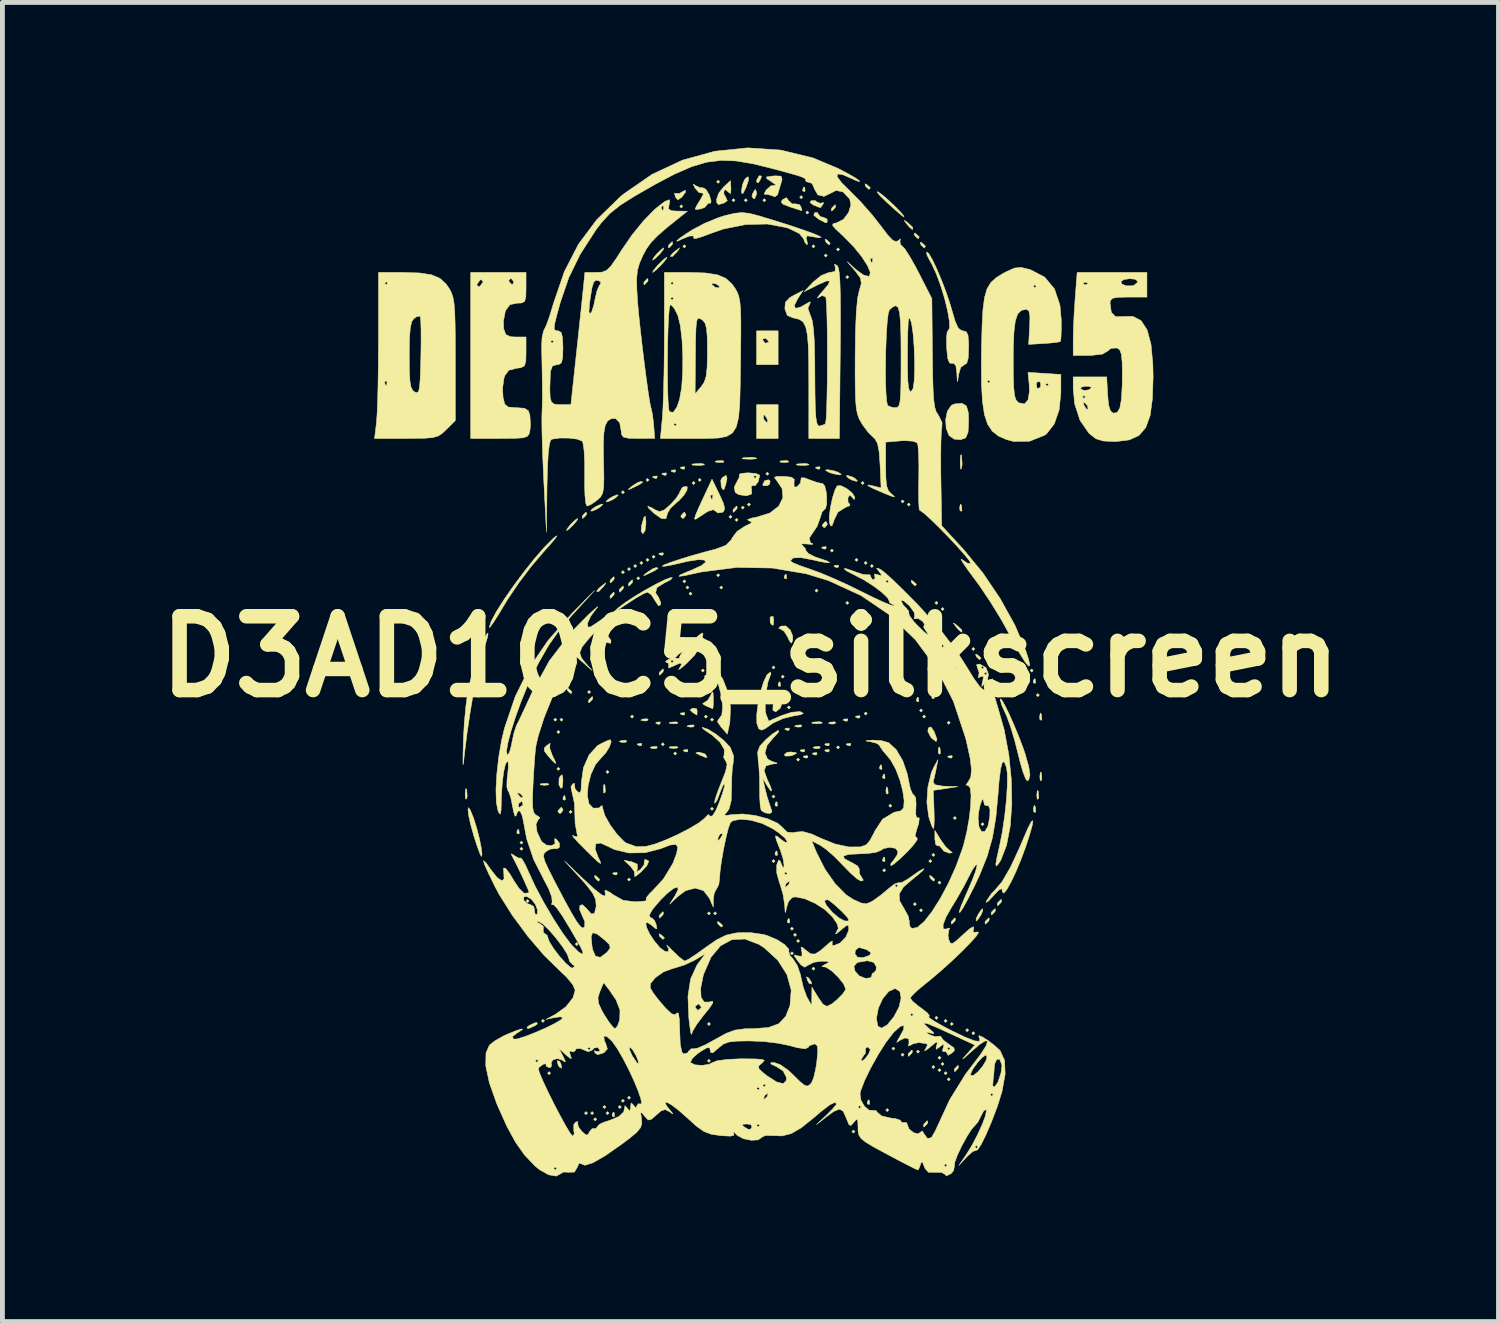
<source format=kicad_pcb>
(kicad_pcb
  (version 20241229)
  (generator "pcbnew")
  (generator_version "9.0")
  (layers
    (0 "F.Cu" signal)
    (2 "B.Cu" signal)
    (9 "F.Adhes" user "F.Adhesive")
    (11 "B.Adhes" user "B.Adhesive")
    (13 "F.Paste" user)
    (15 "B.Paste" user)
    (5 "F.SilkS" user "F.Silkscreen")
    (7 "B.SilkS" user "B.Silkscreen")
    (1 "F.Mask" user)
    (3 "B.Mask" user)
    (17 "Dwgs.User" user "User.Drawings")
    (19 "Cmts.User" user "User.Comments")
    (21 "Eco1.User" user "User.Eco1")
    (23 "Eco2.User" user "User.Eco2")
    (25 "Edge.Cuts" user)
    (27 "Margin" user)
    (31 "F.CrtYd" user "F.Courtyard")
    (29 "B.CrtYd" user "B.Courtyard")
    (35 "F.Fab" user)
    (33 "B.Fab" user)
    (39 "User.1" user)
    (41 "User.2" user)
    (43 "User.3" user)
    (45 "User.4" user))
  (footprint "D3AD10C5_silkscreen"
    (layer "F.Cu")
    (at 12.453 10.516)
    (property "Reference" "D3AD10C5_silkscreen" (at 0 0 0) (layer "F.SilkS") (effects (font (size 1.524 1.524) (thickness 0.3))))
    (attr through_hole)
    (fp_poly (pts (xy -4.699 3.842) (xy -4.731 3.873) (xy -4.763 3.842) (xy -4.731 3.81) (xy -4.699 3.842)) (stroke (width 0.01) (type solid)) (fill yes) (layer "F.SilkS"))
    (fp_poly (pts (xy -4.699 3.969) (xy -4.731 4) (xy -4.763 3.969) (xy -4.731 3.937) (xy -4.699 3.969)) (stroke (width 0.01) (type solid)) (fill yes) (layer "F.SilkS"))
    (fp_poly (pts (xy -4.572 5.048) (xy -4.604 5.08) (xy -4.636 5.048) (xy -4.604 5.016) (xy -4.572 5.048)) (stroke (width 0.01) (type solid)) (fill yes) (layer "F.SilkS"))
    (fp_poly (pts (xy -4.255 7.525) (xy -4.286 7.556) (xy -4.318 7.525) (xy -4.286 7.493) (xy -4.255 7.525)) (stroke (width 0.01) (type solid)) (fill yes) (layer "F.SilkS"))
    (fp_poly (pts (xy -4.128 8.604) (xy -4.159 8.636) (xy -4.191 8.604) (xy -4.159 8.572) (xy -4.128 8.604)) (stroke (width 0.01) (type solid)) (fill yes) (layer "F.SilkS"))
    (fp_poly (pts (xy -4 1.302) (xy -4.032 1.333) (xy -4.064 1.302) (xy -4.032 1.27) (xy -4 1.302)) (stroke (width 0.01) (type solid)) (fill yes) (layer "F.SilkS"))
    (fp_poly (pts (xy -3.937 1.556) (xy -3.969 1.587) (xy -4 1.556) (xy -3.969 1.524) (xy -3.937 1.556)) (stroke (width 0.01) (type solid)) (fill yes) (layer "F.SilkS"))
    (fp_poly (pts (xy -3.937 2.318) (xy -3.969 2.349) (xy -4 2.318) (xy -3.969 2.286) (xy -3.937 2.318)) (stroke (width 0.01) (type solid)) (fill yes) (layer "F.SilkS"))
    (fp_poly (pts (xy -3.873 1.302) (xy -3.905 1.333) (xy -3.937 1.302) (xy -3.905 1.27) (xy -3.873 1.302)) (stroke (width 0.01) (type solid)) (fill yes) (layer "F.SilkS"))
    (fp_poly (pts (xy -3.683 3.207) (xy -3.715 3.239) (xy -3.747 3.207) (xy -3.715 3.175) (xy -3.683 3.207)) (stroke (width 0.01) (type solid)) (fill yes) (layer "F.SilkS"))
    (fp_poly (pts (xy -3.556 5.937) (xy -3.588 5.969) (xy -3.619 5.937) (xy -3.588 5.905) (xy -3.556 5.937)) (stroke (width 0.01) (type solid)) (fill yes) (layer "F.SilkS"))
    (fp_poly (pts (xy -3.365 9.43) (xy -3.397 9.461) (xy -3.429 9.43) (xy -3.397 9.398) (xy -3.365 9.43)) (stroke (width 0.01) (type solid)) (fill yes) (layer "F.SilkS"))
    (fp_poly (pts (xy -3.302 0.73) (xy -3.334 0.762) (xy -3.365 0.73) (xy -3.334 0.699) (xy -3.302 0.73)) (stroke (width 0.01) (type solid)) (fill yes) (layer "F.SilkS"))
    (fp_poly (pts (xy -3.239 9.43) (xy -3.27 9.461) (xy -3.302 9.43) (xy -3.27 9.398) (xy -3.239 9.43)) (stroke (width 0.01) (type solid)) (fill yes) (layer "F.SilkS"))
    (fp_poly (pts (xy -3.175 9.557) (xy -3.207 9.588) (xy -3.239 9.557) (xy -3.207 9.525) (xy -3.175 9.557)) (stroke (width 0.01) (type solid)) (fill yes) (layer "F.SilkS"))
    (fp_poly (pts (xy -2.985 9.303) (xy -3.016 9.335) (xy -3.048 9.303) (xy -3.016 9.271) (xy -2.985 9.303)) (stroke (width 0.01) (type solid)) (fill yes) (layer "F.SilkS"))
    (fp_poly (pts (xy -2.921 2.381) (xy -2.953 2.413) (xy -2.985 2.381) (xy -2.953 2.349) (xy -2.921 2.381)) (stroke (width 0.01) (type solid)) (fill yes) (layer "F.SilkS"))
    (fp_poly (pts (xy -2.921 9.43) (xy -2.953 9.461) (xy -2.985 9.43) (xy -2.953 9.398) (xy -2.921 9.43)) (stroke (width 0.01) (type solid)) (fill yes) (layer "F.SilkS"))
    (fp_poly (pts (xy -2.667 9.303) (xy -2.699 9.335) (xy -2.731 9.303) (xy -2.699 9.271) (xy -2.667 9.303)) (stroke (width 0.01) (type solid)) (fill yes) (layer "F.SilkS"))
    (fp_poly (pts (xy -2.603 -3.397) (xy -2.635 -3.365) (xy -2.667 -3.397) (xy -2.635 -3.429) (xy -2.603 -3.397)) (stroke (width 0.01) (type solid)) (fill yes) (layer "F.SilkS"))
    (fp_poly (pts (xy -2.603 -1.746) (xy -2.635 -1.714) (xy -2.667 -1.746) (xy -2.635 -1.778) (xy -2.603 -1.746)) (stroke (width 0.01) (type solid)) (fill yes) (layer "F.SilkS"))
    (fp_poly (pts (xy -2.603 9.176) (xy -2.635 9.207) (xy -2.667 9.176) (xy -2.635 9.144) (xy -2.603 9.176)) (stroke (width 0.01) (type solid)) (fill yes) (layer "F.SilkS"))
    (fp_poly (pts (xy -2.54 -0.921) (xy -2.572 -0.889) (xy -2.603 -0.921) (xy -2.572 -0.953) (xy -2.54 -0.921)) (stroke (width 0.01) (type solid)) (fill yes) (layer "F.SilkS"))
    (fp_poly (pts (xy -2.477 -1.81) (xy -2.508 -1.778) (xy -2.54 -1.81) (xy -2.508 -1.841) (xy -2.477 -1.81)) (stroke (width 0.01) (type solid)) (fill yes) (layer "F.SilkS"))
    (fp_poly (pts (xy -2.477 4.604) (xy -2.508 4.636) (xy -2.54 4.604) (xy -2.508 4.572) (xy -2.477 4.604)) (stroke (width 0.01) (type solid)) (fill yes) (layer "F.SilkS"))
    (fp_poly (pts (xy -2.477 9.112) (xy -2.508 9.144) (xy -2.54 9.112) (xy -2.508 9.081) (xy -2.477 9.112)) (stroke (width 0.01) (type solid)) (fill yes) (layer "F.SilkS"))
    (fp_poly (pts (xy -2.413 -0.794) (xy -2.445 -0.762) (xy -2.477 -0.794) (xy -2.445 -0.826) (xy -2.413 -0.794)) (stroke (width 0.01) (type solid)) (fill yes) (layer "F.SilkS"))
    (fp_poly (pts (xy -2.413 1.238) (xy -2.445 1.27) (xy -2.477 1.238) (xy -2.445 1.206) (xy -2.413 1.238)) (stroke (width 0.01) (type solid)) (fill yes) (layer "F.SilkS"))
    (fp_poly (pts (xy -2.349 -1.873) (xy -2.381 -1.841) (xy -2.413 -1.873) (xy -2.381 -1.905) (xy -2.349 -1.873)) (stroke (width 0.01) (type solid)) (fill yes) (layer "F.SilkS"))
    (fp_poly (pts (xy -2.286 -1.619) (xy -2.318 -1.587) (xy -2.349 -1.619) (xy -2.318 -1.651) (xy -2.286 -1.619)) (stroke (width 0.01) (type solid)) (fill yes) (layer "F.SilkS"))
    (fp_poly (pts (xy -2.223 -1.937) (xy -2.254 -1.905) (xy -2.286 -1.937) (xy -2.254 -1.968) (xy -2.223 -1.937)) (stroke (width 0.01) (type solid)) (fill yes) (layer "F.SilkS"))
    (fp_poly (pts (xy -2.095 -3.651) (xy -2.127 -3.619) (xy -2.159 -3.651) (xy -2.127 -3.683) (xy -2.095 -3.651)) (stroke (width 0.01) (type solid)) (fill yes) (layer "F.SilkS"))
    (fp_poly (pts (xy -2.095 -2) (xy -2.127 -1.968) (xy -2.159 -2) (xy -2.127 -2.032) (xy -2.095 -2)) (stroke (width 0.01) (type solid)) (fill yes) (layer "F.SilkS"))
    (fp_poly (pts (xy -1.968 -2.064) (xy -2 -2.032) (xy -2.032 -2.064) (xy -2 -2.095) (xy -1.968 -2.064)) (stroke (width 0.01) (type solid)) (fill yes) (layer "F.SilkS"))
    (fp_poly (pts (xy -1.778 1.81) (xy -1.81 1.841) (xy -1.841 1.81) (xy -1.81 1.778) (xy -1.778 1.81)) (stroke (width 0.01) (type solid)) (fill yes) (layer "F.SilkS"))
    (fp_poly (pts (xy -1.524 2) (xy -1.556 2.032) (xy -1.587 2) (xy -1.556 1.968) (xy -1.524 2)) (stroke (width 0.01) (type solid)) (fill yes) (layer "F.SilkS"))
    (fp_poly (pts (xy -1.397 -9.303) (xy -1.429 -9.271) (xy -1.46 -9.303) (xy -1.429 -9.335) (xy -1.397 -9.303)) (stroke (width 0.01) (type solid)) (fill yes) (layer "F.SilkS"))
    (fp_poly (pts (xy -1.333 -8.477) (xy -1.365 -8.445) (xy -1.397 -8.477) (xy -1.365 -8.509) (xy -1.333 -8.477)) (stroke (width 0.01) (type solid)) (fill yes) (layer "F.SilkS"))
    (fp_poly (pts (xy -1.333 -1.556) (xy -1.365 -1.524) (xy -1.397 -1.556) (xy -1.365 -1.587) (xy -1.333 -1.556)) (stroke (width 0.01) (type solid)) (fill yes) (layer "F.SilkS"))
    (fp_poly (pts (xy -1.27 -1.429) (xy -1.302 -1.397) (xy -1.333 -1.429) (xy -1.302 -1.46) (xy -1.27 -1.429)) (stroke (width 0.01) (type solid)) (fill yes) (layer "F.SilkS"))
    (fp_poly (pts (xy -1.206 -1.302) (xy -1.238 -1.27) (xy -1.27 -1.302) (xy -1.238 -1.333) (xy -1.206 -1.302)) (stroke (width 0.01) (type solid)) (fill yes) (layer "F.SilkS"))
    (fp_poly (pts (xy -1.143 -3.588) (xy -1.175 -3.556) (xy -1.206 -3.588) (xy -1.175 -3.619) (xy -1.143 -3.588)) (stroke (width 0.01) (type solid)) (fill yes) (layer "F.SilkS"))
    (fp_poly (pts (xy -1.016 -3.651) (xy -1.048 -3.619) (xy -1.079 -3.651) (xy -1.048 -3.683) (xy -1.016 -3.651)) (stroke (width 0.01) (type solid)) (fill yes) (layer "F.SilkS"))
    (fp_poly (pts (xy -0.953 0.286) (xy -0.984 0.318) (xy -1.016 0.286) (xy -0.984 0.254) (xy -0.953 0.286)) (stroke (width 0.01) (type solid)) (fill yes) (layer "F.SilkS"))
    (fp_poly (pts (xy -0.889 0.413) (xy -0.921 0.445) (xy -0.953 0.413) (xy -0.921 0.381) (xy -0.889 0.413)) (stroke (width 0.01) (type solid)) (fill yes) (layer "F.SilkS"))
    (fp_poly (pts (xy -0.889 1.238) (xy -0.921 1.27) (xy -0.953 1.238) (xy -0.921 1.206) (xy -0.889 1.238)) (stroke (width 0.01) (type solid)) (fill yes) (layer "F.SilkS"))
    (fp_poly (pts (xy -0.826 0.095) (xy -0.857 0.127) (xy -0.889 0.095) (xy -0.857 0.064) (xy -0.826 0.095)) (stroke (width 0.01) (type solid)) (fill yes) (layer "F.SilkS"))
    (fp_poly (pts (xy -0.826 0.603) (xy -0.857 0.635) (xy -0.889 0.603) (xy -0.857 0.572) (xy -0.826 0.603)) (stroke (width 0.01) (type solid)) (fill yes) (layer "F.SilkS"))
    (fp_poly (pts (xy -0.826 5.302) (xy -0.857 5.334) (xy -0.889 5.302) (xy -0.857 5.271) (xy -0.826 5.302)) (stroke (width 0.01) (type solid)) (fill yes) (layer "F.SilkS"))
    (fp_poly (pts (xy -0.826 7.588) (xy -0.857 7.62) (xy -0.889 7.588) (xy -0.857 7.556) (xy -0.826 7.588)) (stroke (width 0.01) (type solid)) (fill yes) (layer "F.SilkS"))
    (fp_poly (pts (xy -0.826 8.35) (xy -0.857 8.382) (xy -0.889 8.35) (xy -0.857 8.319) (xy -0.826 8.35)) (stroke (width 0.01) (type solid)) (fill yes) (layer "F.SilkS"))
    (fp_poly (pts (xy -0.762 1.302) (xy -0.794 1.333) (xy -0.826 1.302) (xy -0.794 1.27) (xy -0.762 1.302)) (stroke (width 0.01) (type solid)) (fill yes) (layer "F.SilkS"))
    (fp_poly (pts (xy -0.762 3.143) (xy -0.794 3.175) (xy -0.826 3.143) (xy -0.794 3.111) (xy -0.762 3.143)) (stroke (width 0.01) (type solid)) (fill yes) (layer "F.SilkS"))
    (fp_poly (pts (xy -0.699 5.302) (xy -0.73 5.334) (xy -0.762 5.302) (xy -0.73 5.271) (xy -0.699 5.302)) (stroke (width 0.01) (type solid)) (fill yes) (layer "F.SilkS"))
    (fp_poly (pts (xy -0.635 -9.811) (xy -0.667 -9.779) (xy -0.699 -9.811) (xy -0.667 -9.842) (xy -0.635 -9.811)) (stroke (width 0.01) (type solid)) (fill yes) (layer "F.SilkS"))
    (fp_poly (pts (xy -0.635 -1.683) (xy -0.667 -1.651) (xy -0.699 -1.683) (xy -0.667 -1.714) (xy -0.635 -1.683)) (stroke (width 0.01) (type solid)) (fill yes) (layer "F.SilkS"))
    (fp_poly (pts (xy -0.572 -1.429) (xy -0.603 -1.397) (xy -0.635 -1.429) (xy -0.603 -1.46) (xy -0.572 -1.429)) (stroke (width 0.01) (type solid)) (fill yes) (layer "F.SilkS"))
    (fp_poly (pts (xy -0.381 -2.889) (xy -0.413 -2.857) (xy -0.445 -2.889) (xy -0.413 -2.921) (xy -0.381 -2.889)) (stroke (width 0.01) (type solid)) (fill yes) (layer "F.SilkS"))
    (fp_poly (pts (xy -0.318 -9.43) (xy -0.349 -9.398) (xy -0.381 -9.43) (xy -0.349 -9.461) (xy -0.318 -9.43)) (stroke (width 0.01) (type solid)) (fill yes) (layer "F.SilkS"))
    (fp_poly (pts (xy -0.254 -2.826) (xy -0.286 -2.794) (xy -0.318 -2.826) (xy -0.286 -2.857) (xy -0.254 -2.826)) (stroke (width 0.01) (type solid)) (fill yes) (layer "F.SilkS"))
    (fp_poly (pts (xy -0.127 -3.08) (xy -0.159 -3.048) (xy -0.191 -3.08) (xy -0.159 -3.111) (xy -0.127 -3.08)) (stroke (width 0.01) (type solid)) (fill yes) (layer "F.SilkS"))
    (fp_poly (pts (xy -0.064 -9.43) (xy -0.095 -9.398) (xy -0.127 -9.43) (xy -0.095 -9.461) (xy -0.064 -9.43)) (stroke (width 0.01) (type solid)) (fill yes) (layer "F.SilkS"))
    (fp_poly (pts (xy 0 -3.143) (xy -0.032 -3.111) (xy -0.064 -3.143) (xy -0.032 -3.175) (xy 0 -3.143)) (stroke (width 0.01) (type solid)) (fill yes) (layer "F.SilkS"))
    (fp_poly (pts (xy 0.318 -9.43) (xy 0.286 -9.398) (xy 0.254 -9.43) (xy 0.286 -9.461) (xy 0.318 -9.43)) (stroke (width 0.01) (type solid)) (fill yes) (layer "F.SilkS"))
    (fp_poly (pts (xy 0.381 -3.778) (xy 0.349 -3.747) (xy 0.318 -3.778) (xy 0.349 -3.81) (xy 0.381 -3.778)) (stroke (width 0.01) (type solid)) (fill yes) (layer "F.SilkS"))
    (fp_poly (pts (xy 0.508 0.222) (xy 0.476 0.254) (xy 0.445 0.222) (xy 0.476 0.191) (xy 0.508 0.222)) (stroke (width 0.01) (type solid)) (fill yes) (layer "F.SilkS"))
    (fp_poly (pts (xy 0.508 2.889) (xy 0.476 2.921) (xy 0.445 2.889) (xy 0.476 2.857) (xy 0.508 2.889)) (stroke (width 0.01) (type solid)) (fill yes) (layer "F.SilkS"))
    (fp_poly (pts (xy 0.508 4.223) (xy 0.476 4.255) (xy 0.445 4.223) (xy 0.476 4.191) (xy 0.508 4.223)) (stroke (width 0.01) (type solid)) (fill yes) (layer "F.SilkS"))
    (fp_poly (pts (xy 0.699 0.413) (xy 0.667 0.445) (xy 0.635 0.413) (xy 0.667 0.381) (xy 0.699 0.413)) (stroke (width 0.01) (type solid)) (fill yes) (layer "F.SilkS"))
    (fp_poly (pts (xy 0.826 1.048) (xy 0.794 1.079) (xy 0.762 1.048) (xy 0.794 1.016) (xy 0.826 1.048)) (stroke (width 0.01) (type solid)) (fill yes) (layer "F.SilkS"))
    (fp_poly (pts (xy 0.889 5.62) (xy 0.857 5.652) (xy 0.826 5.62) (xy 0.857 5.588) (xy 0.889 5.62)) (stroke (width 0.01) (type solid)) (fill yes) (layer "F.SilkS"))
    (fp_poly (pts (xy 0.889 6.128) (xy 0.857 6.16) (xy 0.826 6.128) (xy 0.857 6.096) (xy 0.889 6.128)) (stroke (width 0.01) (type solid)) (fill yes) (layer "F.SilkS"))
    (fp_poly (pts (xy 0.953 5.747) (xy 0.921 5.779) (xy 0.889 5.747) (xy 0.921 5.715) (xy 0.953 5.747)) (stroke (width 0.01) (type solid)) (fill yes) (layer "F.SilkS"))
    (fp_poly (pts (xy 1.016 2.127) (xy 0.984 2.159) (xy 0.953 2.127) (xy 0.984 2.095) (xy 1.016 2.127)) (stroke (width 0.01) (type solid)) (fill yes) (layer "F.SilkS"))
    (fp_poly (pts (xy 1.016 5.874) (xy 0.984 5.905) (xy 0.953 5.874) (xy 0.984 5.842) (xy 1.016 5.874)) (stroke (width 0.01) (type solid)) (fill yes) (layer "F.SilkS"))
    (fp_poly (pts (xy 1.079 -9.493) (xy 1.048 -9.461) (xy 1.016 -9.493) (xy 1.048 -9.525) (xy 1.079 -9.493)) (stroke (width 0.01) (type solid)) (fill yes) (layer "F.SilkS"))
    (fp_poly (pts (xy 1.206 -9.176) (xy 1.175 -9.144) (xy 1.143 -9.176) (xy 1.175 -9.207) (xy 1.206 -9.176)) (stroke (width 0.01) (type solid)) (fill yes) (layer "F.SilkS"))
    (fp_poly (pts (xy 1.333 -8.477) (xy 1.302 -8.445) (xy 1.27 -8.477) (xy 1.302 -8.509) (xy 1.333 -8.477)) (stroke (width 0.01) (type solid)) (fill yes) (layer "F.SilkS"))
    (fp_poly (pts (xy 1.333 6.445) (xy 1.302 6.477) (xy 1.27 6.445) (xy 1.302 6.413) (xy 1.333 6.445)) (stroke (width 0.01) (type solid)) (fill yes) (layer "F.SilkS"))
    (fp_poly (pts (xy 1.397 -1.365) (xy 1.365 -1.333) (xy 1.333 -1.365) (xy 1.365 -1.397) (xy 1.397 -1.365)) (stroke (width 0.01) (type solid)) (fill yes) (layer "F.SilkS"))
    (fp_poly (pts (xy 1.587 -8.287) (xy 1.556 -8.255) (xy 1.524 -8.287) (xy 1.556 -8.319) (xy 1.587 -8.287)) (stroke (width 0.01) (type solid)) (fill yes) (layer "F.SilkS"))
    (fp_poly (pts (xy 1.714 -2.191) (xy 1.683 -2.159) (xy 1.651 -2.191) (xy 1.683 -2.223) (xy 1.714 -2.191)) (stroke (width 0.01) (type solid)) (fill yes) (layer "F.SilkS"))
    (fp_poly (pts (xy 1.841 -8.414) (xy 1.81 -8.382) (xy 1.778 -8.414) (xy 1.81 -8.445) (xy 1.841 -8.414)) (stroke (width 0.01) (type solid)) (fill yes) (layer "F.SilkS"))
    (fp_poly (pts (xy 1.841 1.873) (xy 1.81 1.905) (xy 1.778 1.873) (xy 1.81 1.841) (xy 1.841 1.873)) (stroke (width 0.01) (type solid)) (fill yes) (layer "F.SilkS"))
    (fp_poly (pts (xy 2.032 -7.842) (xy 2 -7.811) (xy 1.968 -7.842) (xy 2 -7.874) (xy 2.032 -7.842)) (stroke (width 0.01) (type solid)) (fill yes) (layer "F.SilkS"))
    (fp_poly (pts (xy 2.032 -1.111) (xy 2 -1.079) (xy 1.968 -1.111) (xy 2 -1.143) (xy 2.032 -1.111)) (stroke (width 0.01) (type solid)) (fill yes) (layer "F.SilkS"))
    (fp_poly (pts (xy 2.159 9.811) (xy 2.127 9.842) (xy 2.095 9.811) (xy 2.127 9.779) (xy 2.159 9.811)) (stroke (width 0.01) (type solid)) (fill yes) (layer "F.SilkS"))
    (fp_poly (pts (xy 2.223 -2) (xy 2.191 -1.968) (xy 2.159 -2) (xy 2.191 -2.032) (xy 2.223 -2)) (stroke (width 0.01) (type solid)) (fill yes) (layer "F.SilkS"))
    (fp_poly (pts (xy 2.349 -3.588) (xy 2.318 -3.556) (xy 2.286 -3.588) (xy 2.318 -3.619) (xy 2.349 -3.588)) (stroke (width 0.01) (type solid)) (fill yes) (layer "F.SilkS"))
    (fp_poly (pts (xy 2.413 -1.937) (xy 2.381 -1.905) (xy 2.349 -1.937) (xy 2.381 -1.968) (xy 2.413 -1.937)) (stroke (width 0.01) (type solid)) (fill yes) (layer "F.SilkS"))
    (fp_poly (pts (xy 2.413 1.175) (xy 2.381 1.206) (xy 2.349 1.175) (xy 2.381 1.143) (xy 2.413 1.175)) (stroke (width 0.01) (type solid)) (fill yes) (layer "F.SilkS"))
    (fp_poly (pts (xy 2.54 -1.873) (xy 2.508 -1.841) (xy 2.477 -1.873) (xy 2.508 -1.905) (xy 2.54 -1.873)) (stroke (width 0.01) (type solid)) (fill yes) (layer "F.SilkS"))
    (fp_poly (pts (xy 2.794 4.413) (xy 2.762 4.445) (xy 2.731 4.413) (xy 2.762 4.381) (xy 2.794 4.413)) (stroke (width 0.01) (type solid)) (fill yes) (layer "F.SilkS"))
    (fp_poly (pts (xy 2.857 9.366) (xy 2.826 9.398) (xy 2.794 9.366) (xy 2.826 9.335) (xy 2.857 9.366)) (stroke (width 0.01) (type solid)) (fill yes) (layer "F.SilkS"))
    (fp_poly (pts (xy 2.921 3.08) (xy 2.889 3.111) (xy 2.857 3.08) (xy 2.889 3.048) (xy 2.921 3.08)) (stroke (width 0.01) (type solid)) (fill yes) (layer "F.SilkS"))
    (fp_poly (pts (xy 2.985 8.096) (xy 2.953 8.128) (xy 2.921 8.096) (xy 2.953 8.065) (xy 2.985 8.096)) (stroke (width 0.01) (type solid)) (fill yes) (layer "F.SilkS"))
    (fp_poly (pts (xy 3.175 -3.207) (xy 3.143 -3.175) (xy 3.111 -3.207) (xy 3.143 -3.239) (xy 3.175 -3.207)) (stroke (width 0.01) (type solid)) (fill yes) (layer "F.SilkS"))
    (fp_poly (pts (xy 3.175 8.223) (xy 3.143 8.255) (xy 3.111 8.223) (xy 3.143 8.191) (xy 3.175 8.223)) (stroke (width 0.01) (type solid)) (fill yes) (layer "F.SilkS"))
    (fp_poly (pts (xy 3.302 -3.143) (xy 3.27 -3.111) (xy 3.239 -3.143) (xy 3.27 -3.175) (xy 3.302 -3.143)) (stroke (width 0.01) (type solid)) (fill yes) (layer "F.SilkS"))
    (fp_poly (pts (xy 3.429 5.112) (xy 3.397 5.144) (xy 3.365 5.112) (xy 3.397 5.08) (xy 3.429 5.112)) (stroke (width 0.01) (type solid)) (fill yes) (layer "F.SilkS"))
    (fp_poly (pts (xy 3.493 8.16) (xy 3.461 8.191) (xy 3.429 8.16) (xy 3.461 8.128) (xy 3.493 8.16)) (stroke (width 0.01) (type solid)) (fill yes) (layer "F.SilkS"))
    (fp_poly (pts (xy 3.556 1.111) (xy 3.524 1.143) (xy 3.493 1.111) (xy 3.524 1.079) (xy 3.556 1.111)) (stroke (width 0.01) (type solid)) (fill yes) (layer "F.SilkS"))
    (fp_poly (pts (xy 3.556 5.239) (xy 3.524 5.271) (xy 3.493 5.239) (xy 3.524 5.207) (xy 3.556 5.239)) (stroke (width 0.01) (type solid)) (fill yes) (layer "F.SilkS"))
    (fp_poly (pts (xy 3.619 1.238) (xy 3.588 1.27) (xy 3.556 1.238) (xy 3.588 1.206) (xy 3.619 1.238)) (stroke (width 0.01) (type solid)) (fill yes) (layer "F.SilkS"))
    (fp_poly (pts (xy 3.747 4.223) (xy 3.715 4.255) (xy 3.683 4.223) (xy 3.715 4.191) (xy 3.747 4.223)) (stroke (width 0.01) (type solid)) (fill yes) (layer "F.SilkS"))
    (fp_poly (pts (xy 3.81 4.096) (xy 3.778 4.128) (xy 3.747 4.096) (xy 3.778 4.064) (xy 3.81 4.096)) (stroke (width 0.01) (type solid)) (fill yes) (layer "F.SilkS"))
    (fp_poly (pts (xy 3.81 8.477) (xy 3.778 8.509) (xy 3.747 8.477) (xy 3.778 8.445) (xy 3.81 8.477)) (stroke (width 0.01) (type solid)) (fill yes) (layer "F.SilkS"))
    (fp_poly (pts (xy 3.873 -1.111) (xy 3.842 -1.079) (xy 3.81 -1.111) (xy 3.842 -1.143) (xy 3.873 -1.111)) (stroke (width 0.01) (type solid)) (fill yes) (layer "F.SilkS"))
    (fp_poly (pts (xy 3.873 7.461) (xy 3.842 7.493) (xy 3.81 7.461) (xy 3.842 7.429) (xy 3.873 7.461)) (stroke (width 0.01) (type solid)) (fill yes) (layer "F.SilkS"))
    (fp_poly (pts (xy 3.937 4.667) (xy 3.905 4.699) (xy 3.873 4.667) (xy 3.905 4.636) (xy 3.937 4.667)) (stroke (width 0.01) (type solid)) (fill yes) (layer "F.SilkS"))
    (fp_poly (pts (xy 3.937 8.287) (xy 3.905 8.319) (xy 3.873 8.287) (xy 3.905 8.255) (xy 3.937 8.287)) (stroke (width 0.01) (type solid)) (fill yes) (layer "F.SilkS"))
    (fp_poly (pts (xy 3.937 8.541) (xy 3.905 8.572) (xy 3.873 8.541) (xy 3.905 8.509) (xy 3.937 8.541)) (stroke (width 0.01) (type solid)) (fill yes) (layer "F.SilkS"))
    (fp_poly (pts (xy 4 -0.984) (xy 3.969 -0.953) (xy 3.937 -0.984) (xy 3.969 -1.016) (xy 4 -0.984)) (stroke (width 0.01) (type solid)) (fill yes) (layer "F.SilkS"))
    (fp_poly (pts (xy 4 8.414) (xy 3.969 8.445) (xy 3.937 8.414) (xy 3.969 8.382) (xy 4 8.414)) (stroke (width 0.01) (type solid)) (fill yes) (layer "F.SilkS"))
    (fp_poly (pts (xy 4.064 7.525) (xy 4.032 7.556) (xy 4 7.525) (xy 4.032 7.493) (xy 4.064 7.525)) (stroke (width 0.01) (type solid)) (fill yes) (layer "F.SilkS"))
    (fp_poly (pts (xy 4.064 8.604) (xy 4.032 8.636) (xy 4 8.604) (xy 4.032 8.572) (xy 4.064 8.604)) (stroke (width 0.01) (type solid)) (fill yes) (layer "F.SilkS"))
    (fp_poly (pts (xy 4.128 1.365) (xy 4.096 1.397) (xy 4.064 1.365) (xy 4.096 1.333) (xy 4.128 1.365)) (stroke (width 0.01) (type solid)) (fill yes) (layer "F.SilkS"))
    (fp_poly (pts (xy 4.128 8.731) (xy 4.096 8.763) (xy 4.064 8.731) (xy 4.096 8.7) (xy 4.128 8.731)) (stroke (width 0.01) (type solid)) (fill yes) (layer "F.SilkS"))
    (fp_poly (pts (xy 4.191 7.588) (xy 4.159 7.62) (xy 4.128 7.588) (xy 4.159 7.556) (xy 4.191 7.588)) (stroke (width 0.01) (type solid)) (fill yes) (layer "F.SilkS"))
    (fp_poly (pts (xy 4.255 3.334) (xy 4.223 3.365) (xy 4.191 3.334) (xy 4.223 3.302) (xy 4.255 3.334)) (stroke (width 0.01) (type solid)) (fill yes) (layer "F.SilkS"))
    (fp_poly (pts (xy 4.508 7.715) (xy 4.477 7.747) (xy 4.445 7.715) (xy 4.477 7.684) (xy 4.508 7.715)) (stroke (width 0.01) (type solid)) (fill yes) (layer "F.SilkS"))
    (fp_poly (pts (xy 4.636 -0.159) (xy 4.604 -0.127) (xy 4.572 -0.159) (xy 4.604 -0.191) (xy 4.636 -0.159)) (stroke (width 0.01) (type solid)) (fill yes) (layer "F.SilkS"))
    (fp_poly (pts (xy 4.636 7.779) (xy 4.604 7.811) (xy 4.572 7.779) (xy 4.604 7.747) (xy 4.636 7.779)) (stroke (width 0.01) (type solid)) (fill yes) (layer "F.SilkS"))
    (fp_poly (pts (xy 4.826 3.461) (xy 4.794 3.493) (xy 4.763 3.461) (xy 4.794 3.429) (xy 4.826 3.461)) (stroke (width 0.01) (type solid)) (fill yes) (layer "F.SilkS"))
    (fp_poly (pts (xy 5.08 0.603) (xy 5.048 0.635) (xy 5.016 0.603) (xy 5.048 0.572) (xy 5.08 0.603)) (stroke (width 0.01) (type solid)) (fill yes) (layer "F.SilkS"))
    (fp_poly (pts (xy 5.144 0.73) (xy 5.112 0.762) (xy 5.08 0.73) (xy 5.112 0.699) (xy 5.144 0.73)) (stroke (width 0.01) (type solid)) (fill yes) (layer "F.SilkS"))
    (fp_poly (pts (xy 5.842 0.286) (xy 5.81 0.318) (xy 5.779 0.286) (xy 5.81 0.254) (xy 5.842 0.286)) (stroke (width 0.01) (type solid)) (fill yes) (layer "F.SilkS"))
    (fp_poly (pts (xy 5.969 0.794) (xy 5.937 0.826) (xy 5.905 0.794) (xy 5.937 0.762) (xy 5.969 0.794)) (stroke (width 0.01) (type solid)) (fill yes) (layer "F.SilkS"))
    (fp_poly (pts (xy -4.784 3.577) (xy -4.776 3.653) (xy -4.784 3.662) (xy -4.821 3.653) (xy -4.826 3.619) (xy -4.803 3.567) (xy -4.784 3.577)) (stroke (width 0.01) (type solid)) (fill yes) (layer "F.SilkS"))
    (fp_poly (pts (xy -4.175 2.625) (xy -4.167 2.648) (xy -4.255 2.657) (xy -4.345 2.647) (xy -4.334 2.625) (xy -4.204 2.617) (xy -4.175 2.625)) (stroke (width 0.01) (type solid)) (fill yes) (layer "F.SilkS"))
    (fp_poly (pts (xy -3.831 2.879) (xy -3.824 2.954) (xy -3.831 2.963) (xy -3.869 2.955) (xy -3.873 2.921) (xy -3.85 2.869) (xy -3.831 2.879)) (stroke (width 0.01) (type solid)) (fill yes) (layer "F.SilkS"))
    (fp_poly (pts (xy -3.006 2.651) (xy -2.998 2.781) (xy -3.006 2.81) (xy -3.029 2.818) (xy -3.038 2.731) (xy -3.028 2.64) (xy -3.006 2.651)) (stroke (width 0.01) (type solid)) (fill yes) (layer "F.SilkS"))
    (fp_poly (pts (xy -2.815 9.419) (xy -2.808 9.495) (xy -2.815 9.504) (xy -2.853 9.495) (xy -2.857 9.461) (xy -2.834 9.409) (xy -2.815 9.419)) (stroke (width 0.01) (type solid)) (fill yes) (layer "F.SilkS"))
    (fp_poly (pts (xy -2.752 4.466) (xy -2.76 4.504) (xy -2.794 4.508) (xy -2.846 4.485) (xy -2.836 4.466) (xy -2.761 4.459) (xy -2.752 4.466)) (stroke (width 0.01) (type solid)) (fill yes) (layer "F.SilkS"))
    (fp_poly (pts (xy -2.557 1.74) (xy -2.576 1.768) (xy -2.641 1.773) (xy -2.708 1.757) (xy -2.679 1.735) (xy -2.58 1.727) (xy -2.557 1.74)) (stroke (width 0.01) (type solid)) (fill yes) (layer "F.SilkS"))
    (fp_poly (pts (xy -2.244 1.799) (xy -2.252 1.837) (xy -2.286 1.841) (xy -2.338 1.818) (xy -2.328 1.799) (xy -2.253 1.792) (xy -2.244 1.799)) (stroke (width 0.01) (type solid)) (fill yes) (layer "F.SilkS"))
    (fp_poly (pts (xy -2.113 1.295) (xy -2.132 1.324) (xy -2.196 1.328) (xy -2.264 1.313) (xy -2.234 1.29) (xy -2.135 1.283) (xy -2.113 1.295)) (stroke (width 0.01) (type solid)) (fill yes) (layer "F.SilkS"))
    (fp_poly (pts (xy -1.926 -3.725) (xy -1.935 -3.688) (xy -1.968 -3.683) (xy -2.021 -3.706) (xy -2.011 -3.725) (xy -1.935 -3.733) (xy -1.926 -3.725)) (stroke (width 0.01) (type solid)) (fill yes) (layer "F.SilkS"))
    (fp_poly (pts (xy -1.922 1.867) (xy -1.941 1.895) (xy -2.006 1.9) (xy -2.073 1.884) (xy -2.044 1.862) (xy -1.945 1.854) (xy -1.922 1.867)) (stroke (width 0.01) (type solid)) (fill yes) (layer "F.SilkS"))
    (fp_poly (pts (xy -1.863 1.355) (xy -1.871 1.392) (xy -1.905 1.397) (xy -1.957 1.374) (xy -1.947 1.355) (xy -1.872 1.347) (xy -1.863 1.355)) (stroke (width 0.01) (type solid)) (fill yes) (layer "F.SilkS"))
    (fp_poly (pts (xy -1.799 -2.138) (xy -1.808 -2.1) (xy -1.841 -2.095) (xy -1.894 -2.119) (xy -1.884 -2.138) (xy -1.808 -2.145) (xy -1.799 -2.138)) (stroke (width 0.01) (type solid)) (fill yes) (layer "F.SilkS"))
    (fp_poly (pts (xy -1.736 -3.789) (xy -1.744 -3.751) (xy -1.778 -3.747) (xy -1.83 -3.77) (xy -1.82 -3.789) (xy -1.745 -3.796) (xy -1.736 -3.789)) (stroke (width 0.01) (type solid)) (fill yes) (layer "F.SilkS"))
    (fp_poly (pts (xy -1.545 -3.852) (xy -1.554 -3.815) (xy -1.587 -3.81) (xy -1.64 -3.833) (xy -1.63 -3.852) (xy -1.554 -3.86) (xy -1.545 -3.852)) (stroke (width 0.01) (type solid)) (fill yes) (layer "F.SilkS"))
    (fp_poly (pts (xy -1.508 1.355) (xy -1.5 1.378) (xy -1.587 1.387) (xy -1.678 1.377) (xy -1.667 1.355) (xy -1.537 1.347) (xy -1.508 1.355)) (stroke (width 0.01) (type solid)) (fill yes) (layer "F.SilkS"))
    (fp_poly (pts (xy -1.508 1.863) (xy -1.5 1.886) (xy -1.587 1.895) (xy -1.678 1.885) (xy -1.667 1.863) (xy -1.537 1.855) (xy -1.508 1.863)) (stroke (width 0.01) (type solid)) (fill yes) (layer "F.SilkS"))
    (fp_poly (pts (xy -1.355 -3.916) (xy -1.363 -3.878) (xy -1.397 -3.873) (xy -1.449 -3.897) (xy -1.439 -3.916) (xy -1.364 -3.923) (xy -1.355 -3.916)) (stroke (width 0.01) (type solid)) (fill yes) (layer "F.SilkS"))
    (fp_poly (pts (xy -1.355 1.164) (xy -1.363 1.202) (xy -1.397 1.206) (xy -1.449 1.183) (xy -1.439 1.164) (xy -1.364 1.157) (xy -1.355 1.164)) (stroke (width 0.01) (type solid)) (fill yes) (layer "F.SilkS"))
    (fp_poly (pts (xy -1.291 1.926) (xy -1.3 1.964) (xy -1.333 1.968) (xy -1.386 1.945) (xy -1.376 1.926) (xy -1.3 1.919) (xy -1.291 1.926)) (stroke (width 0.01) (type solid)) (fill yes) (layer "F.SilkS"))
    (fp_poly (pts (xy -1.16 1.422) (xy -1.179 1.451) (xy -1.244 1.455) (xy -1.311 1.44) (xy -1.282 1.417) (xy -1.183 1.41) (xy -1.16 1.422)) (stroke (width 0.01) (type solid)) (fill yes) (layer "F.SilkS"))
    (fp_poly (pts (xy -0.556 -4.043) (xy -0.548 -4.019) (xy -0.635 -4.011) (xy -0.725 -4.021) (xy -0.714 -4.043) (xy -0.584 -4.051) (xy -0.556 -4.043)) (stroke (width 0.01) (type solid)) (fill yes) (layer "F.SilkS"))
    (fp_poly (pts (xy 0.55 3.006) (xy 0.558 3.081) (xy 0.55 3.09) (xy 0.513 3.082) (xy 0.508 3.048) (xy 0.531 2.996) (xy 0.55 3.006)) (stroke (width 0.01) (type solid)) (fill yes) (layer "F.SilkS"))
    (fp_poly (pts (xy 0.55 4.022) (xy 0.558 4.097) (xy 0.55 4.106) (xy 0.513 4.098) (xy 0.508 4.064) (xy 0.531 4.012) (xy 0.55 4.022)) (stroke (width 0.01) (type solid)) (fill yes) (layer "F.SilkS"))
    (fp_poly (pts (xy 0.614 0.529) (xy 0.621 0.605) (xy 0.614 0.614) (xy 0.576 0.605) (xy 0.572 0.572) (xy 0.595 0.519) (xy 0.614 0.529)) (stroke (width 0.01) (type solid)) (fill yes) (layer "F.SilkS"))
    (fp_poly (pts (xy 0.741 -1.693) (xy 0.748 -1.618) (xy 0.741 -1.609) (xy 0.703 -1.617) (xy 0.699 -1.651) (xy 0.722 -1.703) (xy 0.741 -1.693)) (stroke (width 0.01) (type solid)) (fill yes) (layer "F.SilkS"))
    (fp_poly (pts (xy 0.778 -4.043) (xy 0.786 -4.019) (xy 0.699 -4.011) (xy 0.608 -4.021) (xy 0.619 -4.043) (xy 0.749 -4.051) (xy 0.778 -4.043)) (stroke (width 0.01) (type solid)) (fill yes) (layer "F.SilkS"))
    (fp_poly (pts (xy 0.804 1.482) (xy 0.796 1.519) (xy 0.762 1.524) (xy 0.71 1.501) (xy 0.72 1.482) (xy 0.795 1.474) (xy 0.804 1.482)) (stroke (width 0.01) (type solid)) (fill yes) (layer "F.SilkS"))
    (fp_poly (pts (xy 0.804 5.419) (xy 0.812 5.494) (xy 0.804 5.503) (xy 0.767 5.495) (xy 0.762 5.461) (xy 0.785 5.409) (xy 0.804 5.419)) (stroke (width 0.01) (type solid)) (fill yes) (layer "F.SilkS"))
    (fp_poly (pts (xy 1.062 1.422) (xy 1.043 1.451) (xy 0.979 1.455) (xy 0.911 1.44) (xy 0.941 1.417) (xy 1.04 1.41) (xy 1.062 1.422)) (stroke (width 0.01) (type solid)) (fill yes) (layer "F.SilkS"))
    (fp_poly (pts (xy 1.122 -9.694) (xy 1.129 -9.619) (xy 1.122 -9.61) (xy 1.084 -9.618) (xy 1.079 -9.652) (xy 1.103 -9.704) (xy 1.122 -9.694)) (stroke (width 0.01) (type solid)) (fill yes) (layer "F.SilkS"))
    (fp_poly (pts (xy 1.122 1.926) (xy 1.113 1.964) (xy 1.079 1.968) (xy 1.027 1.945) (xy 1.037 1.926) (xy 1.113 1.919) (xy 1.122 1.926)) (stroke (width 0.01) (type solid)) (fill yes) (layer "F.SilkS"))
    (fp_poly (pts (xy 1.185 2.053) (xy 1.177 2.091) (xy 1.143 2.095) (xy 1.091 2.072) (xy 1.101 2.053) (xy 1.176 2.046) (xy 1.185 2.053)) (stroke (width 0.01) (type solid)) (fill yes) (layer "F.SilkS"))
    (fp_poly (pts (xy 1.376 1.99) (xy 1.367 2.027) (xy 1.333 2.032) (xy 1.281 2.009) (xy 1.291 1.99) (xy 1.367 1.982) (xy 1.376 1.99)) (stroke (width 0.01) (type solid)) (fill yes) (layer "F.SilkS"))
    (fp_poly (pts (xy 1.439 -3.916) (xy 1.431 -3.878) (xy 1.397 -3.873) (xy 1.345 -3.897) (xy 1.355 -3.916) (xy 1.43 -3.923) (xy 1.439 -3.916)) (stroke (width 0.01) (type solid)) (fill yes) (layer "F.SilkS"))
    (fp_poly (pts (xy 1.443 1.867) (xy 1.424 1.895) (xy 1.36 1.9) (xy 1.292 1.884) (xy 1.322 1.862) (xy 1.421 1.854) (xy 1.443 1.867)) (stroke (width 0.01) (type solid)) (fill yes) (layer "F.SilkS"))
    (fp_poly (pts (xy 1.566 -2.265) (xy 1.558 -2.227) (xy 1.524 -2.223) (xy 1.472 -2.246) (xy 1.482 -2.265) (xy 1.557 -2.272) (xy 1.566 -2.265)) (stroke (width 0.01) (type solid)) (fill yes) (layer "F.SilkS"))
    (fp_poly (pts (xy 1.63 1.799) (xy 1.621 1.837) (xy 1.587 1.841) (xy 1.535 1.818) (xy 1.545 1.799) (xy 1.621 1.792) (xy 1.63 1.799)) (stroke (width 0.01) (type solid)) (fill yes) (layer "F.SilkS"))
    (fp_poly (pts (xy 1.63 1.926) (xy 1.621 1.964) (xy 1.587 1.968) (xy 1.535 1.945) (xy 1.545 1.926) (xy 1.621 1.919) (xy 1.63 1.926)) (stroke (width 0.01) (type solid)) (fill yes) (layer "F.SilkS"))
    (fp_poly (pts (xy 1.761 1.359) (xy 1.742 1.387) (xy 1.677 1.392) (xy 1.61 1.376) (xy 1.639 1.354) (xy 1.738 1.346) (xy 1.761 1.359)) (stroke (width 0.01) (type solid)) (fill yes) (layer "F.SilkS"))
    (fp_poly (pts (xy 1.82 -1.884) (xy 1.812 -1.846) (xy 1.778 -1.841) (xy 1.726 -1.865) (xy 1.736 -1.884) (xy 1.811 -1.891) (xy 1.82 -1.884)) (stroke (width 0.01) (type solid)) (fill yes) (layer "F.SilkS"))
    (fp_poly (pts (xy 2.011 1.291) (xy 2.002 1.329) (xy 1.968 1.333) (xy 1.916 1.31) (xy 1.926 1.291) (xy 2.002 1.284) (xy 2.011 1.291)) (stroke (width 0.01) (type solid)) (fill yes) (layer "F.SilkS"))
    (fp_poly (pts (xy 2.074 1.799) (xy 2.066 1.837) (xy 2.032 1.841) (xy 1.98 1.818) (xy 1.99 1.799) (xy 2.065 1.792) (xy 2.074 1.799)) (stroke (width 0.01) (type solid)) (fill yes) (layer "F.SilkS"))
    (fp_poly (pts (xy 2.265 1.228) (xy 2.256 1.265) (xy 2.223 1.27) (xy 2.17 1.247) (xy 2.18 1.228) (xy 2.256 1.22) (xy 2.265 1.228)) (stroke (width 0.01) (type solid)) (fill yes) (layer "F.SilkS"))
    (fp_poly (pts (xy 2.455 9.165) (xy 2.463 9.241) (xy 2.455 9.25) (xy 2.418 9.241) (xy 2.413 9.207) (xy 2.436 9.155) (xy 2.455 9.165)) (stroke (width 0.01) (type solid)) (fill yes) (layer "F.SilkS"))
    (fp_poly (pts (xy 2.709 2.244) (xy 2.717 2.319) (xy 2.709 2.328) (xy 2.672 2.32) (xy 2.667 2.286) (xy 2.69 2.234) (xy 2.709 2.244)) (stroke (width 0.01) (type solid)) (fill yes) (layer "F.SilkS"))
    (fp_poly (pts (xy 2.773 2.434) (xy 2.78 2.51) (xy 2.773 2.519) (xy 2.735 2.51) (xy 2.731 2.477) (xy 2.754 2.424) (xy 2.773 2.434)) (stroke (width 0.01) (type solid)) (fill yes) (layer "F.SilkS"))
    (fp_poly (pts (xy 2.773 4.149) (xy 2.78 4.224) (xy 2.773 4.233) (xy 2.735 4.225) (xy 2.731 4.191) (xy 2.754 4.139) (xy 2.773 4.149)) (stroke (width 0.01) (type solid)) (fill yes) (layer "F.SilkS"))
    (fp_poly (pts (xy 2.837 2.719) (xy 2.845 2.818) (xy 2.832 2.84) (xy 2.804 2.821) (xy 2.799 2.757) (xy 2.815 2.689) (xy 2.837 2.719)) (stroke (width 0.01) (type solid)) (fill yes) (layer "F.SilkS"))
    (fp_poly (pts (xy 3.471 0.847) (xy 3.479 0.922) (xy 3.471 0.931) (xy 3.434 0.923) (xy 3.429 0.889) (xy 3.452 0.837) (xy 3.471 0.847)) (stroke (width 0.01) (type solid)) (fill yes) (layer "F.SilkS"))
    (fp_poly (pts (xy 3.789 0.783) (xy 3.796 0.859) (xy 3.789 0.868) (xy 3.751 0.859) (xy 3.747 0.826) (xy 3.77 0.773) (xy 3.789 0.783)) (stroke (width 0.01) (type solid)) (fill yes) (layer "F.SilkS"))
    (fp_poly (pts (xy 3.917 1.893) (xy 3.924 1.992) (xy 3.912 2.015) (xy 3.883 1.996) (xy 3.879 1.931) (xy 3.894 1.864) (xy 3.917 1.893)) (stroke (width 0.01) (type solid)) (fill yes) (layer "F.SilkS"))
    (fp_poly (pts (xy 4.17 2.053) (xy 4.161 2.091) (xy 4.128 2.095) (xy 4.075 2.072) (xy 4.085 2.053) (xy 4.161 2.046) (xy 4.17 2.053)) (stroke (width 0.01) (type solid)) (fill yes) (layer "F.SilkS"))
    (fp_poly (pts (xy 4.361 -3.123) (xy 4.369 -3.024) (xy 4.356 -3.002) (xy 4.328 -3.021) (xy 4.323 -3.085) (xy 4.339 -3.153) (xy 4.361 -3.123)) (stroke (width 0.01) (type solid)) (fill yes) (layer "F.SilkS"))
    (fp_poly (pts (xy 5.884 0.466) (xy 5.892 0.541) (xy 5.884 0.55) (xy 5.847 0.542) (xy 5.842 0.508) (xy 5.865 0.456) (xy 5.884 0.466)) (stroke (width 0.01) (type solid)) (fill yes) (layer "F.SilkS"))
    (fp_poly (pts (xy 5.885 3.1) (xy 5.893 3.199) (xy 5.88 3.221) (xy 5.852 3.202) (xy 5.847 3.138) (xy 5.863 3.07) (xy 5.885 3.1)) (stroke (width 0.01) (type solid)) (fill yes) (layer "F.SilkS"))
    (fp_poly (pts (xy 5.948 2.778) (xy 5.956 2.908) (xy 5.948 2.937) (xy 5.924 2.945) (xy 5.916 2.857) (xy 5.926 2.767) (xy 5.948 2.778)) (stroke (width 0.01) (type solid)) (fill yes) (layer "F.SilkS"))
    (fp_poly (pts (xy 6.011 2.397) (xy 6.019 2.527) (xy 6.011 2.556) (xy 5.988 2.564) (xy 5.979 2.477) (xy 5.989 2.386) (xy 6.011 2.397)) (stroke (width 0.01) (type solid)) (fill yes) (layer "F.SilkS"))
    (fp_poly (pts (xy 6.012 1.195) (xy 6.02 1.294) (xy 6.007 1.316) (xy 5.979 1.297) (xy 5.974 1.233) (xy 5.99 1.165) (xy 6.012 1.195)) (stroke (width 0.01) (type solid)) (fill yes) (layer "F.SilkS"))
    (fp_poly (pts (xy -3.939 8.365) (xy -3.915 8.411) (xy -3.899 8.5) (xy -3.941 8.483) (xy -3.971 8.441) (xy -3.991 8.358) (xy -3.983 8.343) (xy -3.939 8.365)) (stroke (width 0.01) (type solid)) (fill yes) (layer "F.SilkS"))
    (fp_poly (pts (xy -3.756 0.661) (xy -3.688 0.725) (xy -3.702 0.761) (xy -3.711 0.762) (xy -3.765 0.717) (xy -3.784 0.689) (xy -3.792 0.645) (xy -3.756 0.661)) (stroke (width 0.01) (type solid)) (fill yes) (layer "F.SilkS"))
    (fp_poly (pts (xy -3.185 4.534) (xy -3.117 4.598) (xy -3.131 4.635) (xy -3.14 4.636) (xy -3.193 4.59) (xy -3.213 4.562) (xy -3.22 4.519) (xy -3.185 4.534)) (stroke (width 0.01) (type solid)) (fill yes) (layer "F.SilkS"))
    (fp_poly (pts (xy -1.851 5.741) (xy -1.784 5.8) (xy -1.778 5.814) (xy -1.808 5.84) (xy -1.871 5.782) (xy -1.879 5.769) (xy -1.887 5.725) (xy -1.851 5.741)) (stroke (width 0.01) (type solid)) (fill yes) (layer "F.SilkS"))
    (fp_poly (pts (xy -0.645 5.487) (xy -0.577 5.546) (xy -0.572 5.56) (xy -0.602 5.586) (xy -0.664 5.528) (xy -0.673 5.515) (xy -0.68 5.471) (xy -0.645 5.487)) (stroke (width 0.01) (type solid)) (fill yes) (layer "F.SilkS"))
    (fp_poly (pts (xy 0.226 -9.927) (xy 0.215 -9.878) (xy 0.163 -9.788) (xy 0.13 -9.803) (xy 0.127 -9.839) (xy 0.173 -9.925) (xy 0.19 -9.937) (xy 0.226 -9.927)) (stroke (width 0.01) (type solid)) (fill yes) (layer "F.SilkS"))
    (fp_poly (pts (xy 0.408 -3.627) (xy 0.392 -3.559) (xy 0.349 -3.533) (xy 0.267 -3.53) (xy 0.254 -3.554) (xy 0.294 -3.635) (xy 0.372 -3.655) (xy 0.408 -3.627)) (stroke (width 0.01) (type solid)) (fill yes) (layer "F.SilkS"))
    (fp_poly (pts (xy 0.469 -0.829) (xy 0.481 -0.761) (xy 0.473 -0.651) (xy 0.441 -0.658) (xy 0.409 -0.704) (xy 0.406 -0.805) (xy 0.424 -0.83) (xy 0.469 -0.829)) (stroke (width 0.01) (type solid)) (fill yes) (layer "F.SilkS"))
    (fp_poly (pts (xy 1.206 6.642) (xy 1.214 6.651) (xy 1.265 6.734) (xy 1.258 6.764) (xy 1.21 6.745) (xy 1.179 6.686) (xy 1.159 6.612) (xy 1.206 6.642)) (stroke (width 0.01) (type solid)) (fill yes) (layer "F.SilkS"))
    (fp_poly (pts (xy 1.578 -8.61) (xy 1.646 -8.546) (xy 1.632 -8.51) (xy 1.623 -8.509) (xy 1.569 -8.554) (xy 1.55 -8.582) (xy 1.542 -8.626) (xy 1.578 -8.61)) (stroke (width 0.01) (type solid)) (fill yes) (layer "F.SilkS"))
    (fp_poly (pts (xy 2.403 -9.753) (xy 2.471 -9.694) (xy 2.477 -9.68) (xy 2.446 -9.654) (xy 2.384 -9.712) (xy 2.375 -9.725) (xy 2.368 -9.769) (xy 2.403 -9.753)) (stroke (width 0.01) (type solid)) (fill yes) (layer "F.SilkS"))
    (fp_poly (pts (xy 3.356 -1.562) (xy 3.423 -1.503) (xy 3.429 -1.489) (xy 3.399 -1.462) (xy 3.336 -1.521) (xy 3.328 -1.534) (xy 3.32 -1.577) (xy 3.356 -1.562)) (stroke (width 0.01) (type solid)) (fill yes) (layer "F.SilkS"))
    (fp_poly (pts (xy 3.419 -8.737) (xy 3.487 -8.673) (xy 3.473 -8.637) (xy 3.464 -8.636) (xy 3.411 -8.681) (xy 3.391 -8.709) (xy 3.384 -8.753) (xy 3.419 -8.737)) (stroke (width 0.01) (type solid)) (fill yes) (layer "F.SilkS"))
    (fp_poly (pts (xy 3.546 -8.547) (xy 3.614 -8.483) (xy 3.6 -8.446) (xy 3.591 -8.445) (xy 3.538 -8.491) (xy 3.518 -8.519) (xy 3.511 -8.562) (xy 3.546 -8.547)) (stroke (width 0.01) (type solid)) (fill yes) (layer "F.SilkS"))
    (fp_poly (pts (xy 3.737 4.534) (xy 3.805 4.598) (xy 3.791 4.635) (xy 3.782 4.636) (xy 3.728 4.59) (xy 3.709 4.562) (xy 3.701 4.519) (xy 3.737 4.534)) (stroke (width 0.01) (type solid)) (fill yes) (layer "F.SilkS"))
    (fp_poly (pts (xy 4.435 -0.419) (xy 4.503 -0.36) (xy 4.508 -0.346) (xy 4.478 -0.319) (xy 4.416 -0.378) (xy 4.407 -0.391) (xy 4.4 -0.434) (xy 4.435 -0.419)) (stroke (width 0.01) (type solid)) (fill yes) (layer "F.SilkS"))
    (fp_poly (pts (xy 4.689 -0.038) (xy 4.757 0.021) (xy 4.763 0.035) (xy 4.732 0.062) (xy 4.67 0.003) (xy 4.661 -0.01) (xy 4.654 -0.053) (xy 4.689 -0.038)) (stroke (width 0.01) (type solid)) (fill yes) (layer "F.SilkS"))
    (fp_poly (pts (xy -5.865 2.737) (xy -5.861 2.748) (xy -5.852 2.886) (xy -5.864 2.938) (xy -5.885 2.94) (xy -5.893 2.841) (xy -5.893 2.826) (xy -5.884 2.727) (xy -5.865 2.737)) (stroke (width 0.01) (type solid)) (fill yes) (layer "F.SilkS"))
    (fp_poly (pts (xy -4.402 7.585) (xy -4.445 7.62) (xy -4.561 7.674) (xy -4.604 7.682) (xy -4.615 7.655) (xy -4.572 7.62) (xy -4.456 7.566) (xy -4.413 7.558) (xy -4.402 7.585)) (stroke (width 0.01) (type solid)) (fill yes) (layer "F.SilkS"))
    (fp_poly (pts (xy -3.875 2.52) (xy -3.874 2.556) (xy -3.885 2.698) (xy -3.916 2.72) (xy -3.956 2.645) (xy -3.954 2.521) (xy -3.932 2.471) (xy -3.891 2.438) (xy -3.875 2.52)) (stroke (width 0.01) (type solid)) (fill yes) (layer "F.SilkS"))
    (fp_poly (pts (xy -3.874 3.161) (xy -3.873 3.175) (xy -3.922 3.236) (xy -3.941 3.239) (xy -3.979 3.2) (xy -3.969 3.175) (xy -3.912 3.114) (xy -3.902 3.111) (xy -3.874 3.161)) (stroke (width 0.01) (type solid)) (fill yes) (layer "F.SilkS"))
    (fp_poly (pts (xy -3.581 -2.818) (xy -3.651 -2.731) (xy -3.747 -2.637) (xy -3.798 -2.603) (xy -3.785 -2.643) (xy -3.715 -2.731) (xy -3.619 -2.824) (xy -3.568 -2.857) (xy -3.581 -2.818)) (stroke (width 0.01) (type solid)) (fill yes) (layer "F.SilkS"))
    (fp_poly (pts (xy -3.385 -2.943) (xy -3.397 -2.921) (xy -3.457 -2.86) (xy -3.468 -2.857) (xy -3.473 -2.899) (xy -3.461 -2.921) (xy -3.401 -2.982) (xy -3.39 -2.985) (xy -3.385 -2.943)) (stroke (width 0.01) (type solid)) (fill yes) (layer "F.SilkS"))
    (fp_poly (pts (xy -3.258 0.867) (xy -3.27 0.889) (xy -3.33 0.95) (xy -3.341 0.953) (xy -3.346 0.911) (xy -3.334 0.889) (xy -3.274 0.828) (xy -3.263 0.826) (xy -3.258 0.867)) (stroke (width 0.01) (type solid)) (fill yes) (layer "F.SilkS"))
    (fp_poly (pts (xy -3.048 -3.148) (xy -3.097 -3.097) (xy -3.175 -3.048) (xy -3.273 -3.007) (xy -3.302 -3.012) (xy -3.253 -3.063) (xy -3.175 -3.111) (xy -3.077 -3.152) (xy -3.048 -3.148)) (stroke (width 0.01) (type solid)) (fill yes) (layer "F.SilkS"))
    (fp_poly (pts (xy -3.004 -1.491) (xy -3.04 -1.445) (xy -3.133 -1.346) (xy -3.174 -1.346) (xy -3.175 -1.357) (xy -3.132 -1.41) (xy -3.064 -1.469) (xy -2.989 -1.524) (xy -3.004 -1.491)) (stroke (width 0.01) (type solid)) (fill yes) (layer "F.SilkS"))
    (fp_poly (pts (xy -2.814 -1.61) (xy -2.826 -1.587) (xy -2.886 -1.527) (xy -2.897 -1.524) (xy -2.901 -1.565) (xy -2.889 -1.587) (xy -2.829 -1.648) (xy -2.818 -1.651) (xy -2.814 -1.61)) (stroke (width 0.01) (type solid)) (fill yes) (layer "F.SilkS"))
    (fp_poly (pts (xy -2.814 -1.292) (xy -2.826 -1.27) (xy -2.886 -1.209) (xy -2.897 -1.206) (xy -2.901 -1.248) (xy -2.889 -1.27) (xy -2.829 -1.331) (xy -2.818 -1.333) (xy -2.814 -1.292)) (stroke (width 0.01) (type solid)) (fill yes) (layer "F.SilkS"))
    (fp_poly (pts (xy -2.731 -3.338) (xy -2.779 -3.287) (xy -2.857 -3.239) (xy -2.956 -3.198) (xy -2.985 -3.202) (xy -2.936 -3.253) (xy -2.857 -3.302) (xy -2.759 -3.343) (xy -2.731 -3.338)) (stroke (width 0.01) (type solid)) (fill yes) (layer "F.SilkS"))
    (fp_poly (pts (xy -2.623 -1.419) (xy -2.635 -1.397) (xy -2.695 -1.336) (xy -2.706 -1.333) (xy -2.711 -1.375) (xy -2.699 -1.397) (xy -2.639 -1.458) (xy -2.628 -1.46) (xy -2.623 -1.419)) (stroke (width 0.01) (type solid)) (fill yes) (layer "F.SilkS"))
    (fp_poly (pts (xy -2.433 -1.546) (xy -2.445 -1.524) (xy -2.505 -1.463) (xy -2.516 -1.46) (xy -2.52 -1.502) (xy -2.508 -1.524) (xy -2.448 -1.585) (xy -2.437 -1.587) (xy -2.433 -1.546)) (stroke (width 0.01) (type solid)) (fill yes) (layer "F.SilkS"))
    (fp_poly (pts (xy -2.223 -3.607) (xy -2.281 -3.564) (xy -2.413 -3.498) (xy -2.518 -3.45) (xy -2.518 -3.463) (xy -2.448 -3.521) (xy -2.33 -3.597) (xy -2.263 -3.619) (xy -2.223 -3.607)) (stroke (width 0.01) (type solid)) (fill yes) (layer "F.SilkS"))
    (fp_poly (pts (xy -2.115 -7.769) (xy -2.127 -7.747) (xy -2.187 -7.686) (xy -2.198 -7.684) (xy -2.203 -7.725) (xy -2.191 -7.747) (xy -2.131 -7.808) (xy -2.12 -7.811) (xy -2.115 -7.769)) (stroke (width 0.01) (type solid)) (fill yes) (layer "F.SilkS"))
    (fp_poly (pts (xy -1.906 -1.829) (xy -1.964 -1.786) (xy -2.095 -1.72) (xy -2.201 -1.672) (xy -2.201 -1.685) (xy -2.131 -1.743) (xy -2.013 -1.819) (xy -1.946 -1.841) (xy -1.906 -1.829)) (stroke (width 0.01) (type solid)) (fill yes) (layer "F.SilkS"))
    (fp_poly (pts (xy -1.803 -8.406) (xy -1.873 -8.319) (xy -1.969 -8.225) (xy -2.02 -8.191) (xy -2.007 -8.231) (xy -1.937 -8.319) (xy -1.841 -8.412) (xy -1.79 -8.445) (xy -1.803 -8.406)) (stroke (width 0.01) (type solid)) (fill yes) (layer "F.SilkS"))
    (fp_poly (pts (xy -1.798 0.295) (xy -1.81 0.318) (xy -1.87 0.378) (xy -1.881 0.381) (xy -1.885 0.34) (xy -1.873 0.318) (xy -1.813 0.257) (xy -1.802 0.254) (xy -1.798 0.295)) (stroke (width 0.01) (type solid)) (fill yes) (layer "F.SilkS"))
    (fp_poly (pts (xy -1.798 5.312) (xy -1.81 5.334) (xy -1.87 5.395) (xy -1.881 5.397) (xy -1.885 5.356) (xy -1.873 5.334) (xy -1.813 5.273) (xy -1.802 5.271) (xy -1.798 5.312)) (stroke (width 0.01) (type solid)) (fill yes) (layer "F.SilkS"))
    (fp_poly (pts (xy -1.607 -8.531) (xy -1.619 -8.509) (xy -1.679 -8.448) (xy -1.69 -8.445) (xy -1.695 -8.487) (xy -1.683 -8.509) (xy -1.623 -8.57) (xy -1.612 -8.572) (xy -1.607 -8.531)) (stroke (width 0.01) (type solid)) (fill yes) (layer "F.SilkS"))
    (fp_poly (pts (xy -1.48 -8.412) (xy -1.516 -8.366) (xy -1.609 -8.267) (xy -1.65 -8.268) (xy -1.651 -8.279) (xy -1.608 -8.332) (xy -1.54 -8.39) (xy -1.465 -8.445) (xy -1.48 -8.412)) (stroke (width 0.01) (type solid)) (fill yes) (layer "F.SilkS"))
    (fp_poly (pts (xy -1.334 -2.935) (xy -1.333 -2.921) (xy -1.382 -2.86) (xy -1.401 -2.857) (xy -1.439 -2.896) (xy -1.429 -2.921) (xy -1.372 -2.982) (xy -1.362 -2.985) (xy -1.334 -2.935)) (stroke (width 0.01) (type solid)) (fill yes) (layer "F.SilkS"))
    (fp_poly (pts (xy -1.112 1.076) (xy -1.101 1.117) (xy -1.104 1.197) (xy -1.106 1.206) (xy -1.155 1.176) (xy -1.196 1.151) (xy -1.247 1.099) (xy -1.191 1.063) (xy -1.112 1.076)) (stroke (width 0.01) (type solid)) (fill yes) (layer "F.SilkS"))
    (fp_poly (pts (xy -0.968 -3.981) (xy -0.949 -3.962) (xy -1.036 -3.952) (xy -1.079 -3.952) (xy -1.195 -3.958) (xy -1.209 -3.975) (xy -1.191 -3.981) (xy -1.03 -3.991) (xy -0.968 -3.981)) (stroke (width 0.01) (type solid)) (fill yes) (layer "F.SilkS"))
    (fp_poly (pts (xy -0.953 2.002) (xy -0.921 2.032) (xy -0.896 2.081) (xy -0.932 2.08) (xy -1.048 2.032) (xy -1.128 1.99) (xy -1.092 1.974) (xy -1.067 1.973) (xy -0.953 2.002)) (stroke (width 0.01) (type solid)) (fill yes) (layer "F.SilkS"))
    (fp_poly (pts (xy -0.484 -3.684) (xy -0.51 -3.556) (xy -0.546 -3.452) (xy -0.579 -3.461) (xy -0.603 -3.513) (xy -0.612 -3.645) (xy -0.581 -3.699) (xy -0.504 -3.747) (xy -0.484 -3.684)) (stroke (width 0.01) (type solid)) (fill yes) (layer "F.SilkS"))
    (fp_poly (pts (xy -0.274 -3.07) (xy -0.286 -3.048) (xy -0.346 -2.987) (xy -0.357 -2.985) (xy -0.361 -3.026) (xy -0.349 -3.048) (xy -0.289 -3.109) (xy -0.278 -3.111) (xy -0.274 -3.07)) (stroke (width 0.01) (type solid)) (fill yes) (layer "F.SilkS"))
    (fp_poly (pts (xy 0.112 -4.108) (xy 0.127 -4.09) (xy 0.036 -4.081) (xy -0.032 -4.08) (xy -0.155 -4.086) (xy -0.173 -4.101) (xy -0.142 -4.109) (xy 0.023 -4.119) (xy 0.112 -4.108)) (stroke (width 0.01) (type solid)) (fill yes) (layer "F.SilkS"))
    (fp_poly (pts (xy 0.124 -9.6) (xy 0.127 -9.557) (xy 0.094 -9.472) (xy 0.065 -9.461) (xy 0.031 -9.508) (xy 0.041 -9.557) (xy 0.086 -9.64) (xy 0.102 -9.652) (xy 0.124 -9.6)) (stroke (width 0.01) (type solid)) (fill yes) (layer "F.SilkS"))
    (fp_poly (pts (xy 0.929 1.979) (xy 0.953 1.993) (xy 0.9 2.026) (xy 0.826 2.05) (xy 0.724 2.054) (xy 0.699 2.026) (xy 0.752 1.979) (xy 0.826 1.968) (xy 0.929 1.979)) (stroke (width 0.01) (type solid)) (fill yes) (layer "F.SilkS"))
    (fp_poly (pts (xy 1.191 -3.981) (xy 1.21 -3.962) (xy 1.123 -3.952) (xy 1.079 -3.952) (xy 0.964 -3.958) (xy 0.95 -3.975) (xy 0.968 -3.981) (xy 1.129 -3.991) (xy 1.191 -3.981)) (stroke (width 0.01) (type solid)) (fill yes) (layer "F.SilkS"))
    (fp_poly (pts (xy 1.478 1.355) (xy 1.48 1.376) (xy 1.38 1.385) (xy 1.365 1.385) (xy 1.267 1.375) (xy 1.276 1.356) (xy 1.287 1.353) (xy 1.425 1.344) (xy 1.478 1.355)) (stroke (width 0.01) (type solid)) (fill yes) (layer "F.SilkS"))
    (fp_poly (pts (xy 1.587 -2.745) (xy 1.587 -2.731) (xy 1.539 -2.669) (xy 1.52 -2.667) (xy 1.482 -2.706) (xy 1.492 -2.731) (xy 1.549 -2.791) (xy 1.559 -2.794) (xy 1.587 -2.745)) (stroke (width 0.01) (type solid)) (fill yes) (layer "F.SilkS"))
    (fp_poly (pts (xy 1.723 -3.84) (xy 1.81 -3.81) (xy 1.879 -3.768) (xy 1.841 -3.755) (xy 1.706 -3.78) (xy 1.619 -3.81) (xy 1.55 -3.852) (xy 1.587 -3.865) (xy 1.723 -3.84)) (stroke (width 0.01) (type solid)) (fill yes) (layer "F.SilkS"))
    (fp_poly (pts (xy 1.758 -9.293) (xy 1.746 -9.271) (xy 1.686 -9.21) (xy 1.675 -9.207) (xy 1.671 -9.249) (xy 1.683 -9.271) (xy 1.743 -9.332) (xy 1.754 -9.335) (xy 1.758 -9.293)) (stroke (width 0.01) (type solid)) (fill yes) (layer "F.SilkS"))
    (fp_poly (pts (xy 2.105 -3.713) (xy 2.159 -3.683) (xy 2.21 -3.633) (xy 2.191 -3.621) (xy 2.086 -3.653) (xy 2.032 -3.683) (xy 1.981 -3.733) (xy 2 -3.745) (xy 2.105 -3.713)) (stroke (width 0.01) (type solid)) (fill yes) (layer "F.SilkS"))
    (fp_poly (pts (xy 3.208 -8.997) (xy 3.254 -8.962) (xy 3.353 -8.869) (xy 3.353 -8.828) (xy 3.342 -8.826) (xy 3.289 -8.87) (xy 3.23 -8.938) (xy 3.175 -9.013) (xy 3.208 -8.997)) (stroke (width 0.01) (type solid)) (fill yes) (layer "F.SilkS"))
    (fp_poly (pts (xy 3.346 8.169) (xy 3.334 8.191) (xy 3.274 8.252) (xy 3.263 8.255) (xy 3.258 8.214) (xy 3.27 8.191) (xy 3.33 8.131) (xy 3.341 8.128) (xy 3.346 8.169)) (stroke (width 0.01) (type solid)) (fill yes) (layer "F.SilkS"))
    (fp_poly (pts (xy 3.663 9.63) (xy 3.651 9.652) (xy 3.591 9.713) (xy 3.58 9.716) (xy 3.576 9.674) (xy 3.588 9.652) (xy 3.648 9.591) (xy 3.659 9.588) (xy 3.663 9.63)) (stroke (width 0.01) (type solid)) (fill yes) (layer "F.SilkS"))
    (fp_poly (pts (xy 4.224 -0.679) (xy 4.27 -0.643) (xy 4.369 -0.55) (xy 4.369 -0.509) (xy 4.358 -0.508) (xy 4.305 -0.551) (xy 4.246 -0.619) (xy 4.191 -0.694) (xy 4.224 -0.679)) (stroke (width 0.01) (type solid)) (fill yes) (layer "F.SilkS"))
    (fp_poly (pts (xy 4.235 5.439) (xy 4.223 5.461) (xy 4.163 5.522) (xy 4.152 5.524) (xy 4.147 5.483) (xy 4.159 5.461) (xy 4.219 5.4) (xy 4.23 5.397) (xy 4.235 5.439)) (stroke (width 0.01) (type solid)) (fill yes) (layer "F.SilkS"))
    (fp_poly (pts (xy 4.298 8.487) (xy 4.286 8.509) (xy 4.226 8.57) (xy 4.215 8.572) (xy 4.211 8.531) (xy 4.223 8.509) (xy 4.283 8.448) (xy 4.294 8.445) (xy 4.298 8.487)) (stroke (width 0.01) (type solid)) (fill yes) (layer "F.SilkS"))
    (fp_poly (pts (xy 4.363 -4.143) (xy 4.373 -3.977) (xy 4.362 -3.889) (xy 4.344 -3.874) (xy 4.335 -3.965) (xy 4.334 -4.032) (xy 4.34 -4.155) (xy 4.355 -4.174) (xy 4.363 -4.143)) (stroke (width 0.01) (type solid)) (fill yes) (layer "F.SilkS"))
    (fp_poly (pts (xy 4.798 5.254) (xy 4.763 5.334) (xy 4.697 5.434) (xy 4.663 5.461) (xy 4.663 5.414) (xy 4.699 5.334) (xy 4.765 5.234) (xy 4.799 5.207) (xy 4.798 5.254)) (stroke (width 0.01) (type solid)) (fill yes) (layer "F.SilkS"))
    (fp_poly (pts (xy 4.933 5.439) (xy 4.921 5.461) (xy 4.861 5.522) (xy 4.85 5.524) (xy 4.846 5.483) (xy 4.858 5.461) (xy 4.918 5.4) (xy 4.929 5.397) (xy 4.933 5.439)) (stroke (width 0.01) (type solid)) (fill yes) (layer "F.SilkS"))
    (fp_poly (pts (xy 5.06 5.248) (xy 5.048 5.271) (xy 4.988 5.331) (xy 4.977 5.334) (xy 4.973 5.293) (xy 4.985 5.271) (xy 5.045 5.21) (xy 5.056 5.207) (xy 5.06 5.248)) (stroke (width 0.01) (type solid)) (fill yes) (layer "F.SilkS"))
    (fp_poly (pts (xy 5.187 5.058) (xy 5.175 5.08) (xy 5.115 5.141) (xy 5.104 5.144) (xy 5.1 5.102) (xy 5.112 5.08) (xy 5.172 5.019) (xy 5.183 5.016) (xy 5.187 5.058)) (stroke (width 0.01) (type solid)) (fill yes) (layer "F.SilkS"))
    (fp_poly (pts (xy -2.16 -2.811) (xy -2.159 -2.741) (xy -2.177 -2.603) (xy -2.22 -2.54) (xy -2.224 -2.54) (xy -2.259 -2.593) (xy -2.247 -2.715) (xy -2.202 -2.872) (xy -2.173 -2.905) (xy -2.16 -2.811)) (stroke (width 0.01) (type solid)) (fill yes) (layer "F.SilkS"))
    (fp_poly (pts (xy 3.794 1.545) (xy 3.801 1.562) (xy 3.854 1.708) (xy 3.837 1.754) (xy 3.756 1.695) (xy 3.728 1.666) (xy 3.665 1.545) (xy 3.675 1.473) (xy 3.728 1.45) (xy 3.794 1.545)) (stroke (width 0.01) (type solid)) (fill yes) (layer "F.SilkS"))
    (fp_poly (pts (xy -0.041 -9.904) (xy -0.044 -9.832) (xy -0.09 -9.697) (xy -0.096 -9.684) (xy -0.153 -9.571) (xy -0.179 -9.571) (xy -0.184 -9.62) (xy -0.166 -9.747) (xy -0.118 -9.859) (xy -0.062 -9.912) (xy -0.041 -9.904)) (stroke (width 0.01) (type solid)) (fill yes) (layer "F.SilkS"))
    (fp_poly (pts (xy 0.59 0.819) (xy 0.594 0.826) (xy 0.642 0.99) (xy 0.617 1.064) (xy 0.522 1.14) (xy 0.464 1.107) (xy 0.468 1) (xy 0.5 0.844) (xy 0.508 0.762) (xy 0.532 0.739) (xy 0.59 0.819)) (stroke (width 0.01) (type solid)) (fill yes) (layer "F.SilkS"))
    (fp_poly (pts (xy -1.342 -9.598) (xy -1.404 -9.51) (xy -1.423 -9.49) (xy -1.499 -9.436) (xy -1.546 -9.491) (xy -1.553 -9.509) (xy -1.568 -9.577) (xy -1.549 -9.571) (xy -1.47 -9.567) (xy -1.419 -9.597) (xy -1.346 -9.637) (xy -1.342 -9.598)) (stroke (width 0.01) (type solid)) (fill yes) (layer "F.SilkS"))
    (fp_poly (pts (xy 0.823 -0.552) (xy 0.874 -0.423) (xy 0.872 -0.332) (xy 0.844 -0.279) (xy 0.801 -0.334) (xy 0.774 -0.397) (xy 0.698 -0.522) (xy 0.621 -0.572) (xy 0.581 -0.591) (xy 0.632 -0.632) (xy 0.731 -0.635) (xy 0.823 -0.552)) (stroke (width 0.01) (type solid)) (fill yes) (layer "F.SilkS"))
    (fp_poly (pts (xy -4.141 1.804) (xy -4.146 1.892) (xy -4.096 2.031) (xy -4.092 2.04) (xy -4.026 2.177) (xy -4.027 2.21) (xy -4.1 2.141) (xy -4.168 2.065) (xy -4.255 1.953) (xy -4.259 1.886) (xy -4.2 1.83) (xy -4.136 1.788) (xy -4.141 1.804)) (stroke (width 0.01) (type solid)) (fill yes) (layer "F.SilkS"))
    (fp_poly (pts (xy -1.741 -8.215) (xy -1.822 -8.117) (xy -1.841 -8.096) (xy -1.95 -7.989) (xy -2.019 -7.938) (xy -2.022 -7.938) (xy -2.006 -7.977) (xy -1.924 -8.075) (xy -1.905 -8.096) (xy -1.796 -8.203) (xy -1.728 -8.254) (xy -1.724 -8.255) (xy -1.741 -8.215)) (stroke (width 0.01) (type solid)) (fill yes) (layer "F.SilkS"))
    (fp_poly (pts (xy -0.772 0.748) (xy -0.766 0.873) (xy -0.768 1.012) (xy -0.777 1.075) (xy -0.778 1.075) (xy -0.841 1.05) (xy -0.921 1.016) (xy -0.989 0.973) (xy -0.966 0.957) (xy -0.882 0.901) (xy -0.827 0.81) (xy -0.789 0.726) (xy -0.772 0.748)) (stroke (width 0.01) (type solid)) (fill yes) (layer "F.SilkS"))
    (fp_poly (pts (xy 1.365 -9.398) (xy 1.445 -9.364) (xy 1.475 -9.375) (xy 1.513 -9.378) (xy 1.498 -9.344) (xy 1.45 -9.28) (xy 1.441 -9.275) (xy 1.38 -9.299) (xy 1.306 -9.328) (xy 1.231 -9.382) (xy 1.254 -9.42) (xy 1.343 -9.42) (xy 1.365 -9.398)) (stroke (width 0.01) (type solid)) (fill yes) (layer "F.SilkS"))
    (fp_poly (pts (xy 1.397 -9.148) (xy 1.448 -9.088) (xy 1.492 -9.081) (xy 1.577 -9.046) (xy 1.587 -9.017) (xy 1.582 -8.967) (xy 1.544 -8.968) (xy 1.435 -9.025) (xy 1.404 -9.042) (xy 1.309 -9.119) (xy 1.325 -9.17) (xy 1.389 -9.173) (xy 1.397 -9.148)) (stroke (width 0.01) (type solid)) (fill yes) (layer "F.SilkS"))
    (fp_poly (pts (xy 3.932 3.787) (xy 4.035 3.929) (xy 4.128 4.015) (xy 4.138 4.02) (xy 4.17 4.049) (xy 4.11 4.059) (xy 3.995 4.017) (xy 3.96 3.969) (xy 3.9 3.905) (xy 3.867 3.909) (xy 3.827 3.881) (xy 3.81 3.766) (xy 3.81 3.588) (xy 3.932 3.787)) (stroke (width 0.01) (type solid)) (fill yes) (layer "F.SilkS"))
    (fp_poly (pts (xy 0.572 -4.508) (xy 0.127 -4.508) (xy 0.127 -4.919) (xy 0.27 -4.919) (xy 0.283 -4.894) (xy 0.344 -4.828) (xy 0.355 -4.874) (xy 0.339 -4.924) (xy 0.293 -4.993) (xy 0.272 -4.992) (xy 0.27 -4.919) (xy 0.127 -4.919) (xy 0.127 -5.207) (xy 0.572 -5.207) (xy 0.572 -4.508)) (stroke (width 0.01) (type solid)) (fill yes) (layer "F.SilkS"))
    (fp_poly (pts (xy 0.789 -9.42) (xy 0.865 -9.352) (xy 0.916 -9.356) (xy 1.013 -9.338) (xy 1.041 -9.299) (xy 1.064 -9.221) (xy 1.062 -9.212) (xy 0.998 -9.233) (xy 0.859 -9.278) (xy 0.815 -9.292) (xy 0.671 -9.348) (xy 0.634 -9.398) (xy 0.666 -9.443) (xy 0.744 -9.483) (xy 0.789 -9.42)) (stroke (width 0.01) (type solid)) (fill yes) (layer "F.SilkS"))
    (fp_poly (pts (xy 2.635 -9.604) (xy 2.725 -9.539) (xy 2.851 -9.43) (xy 2.985 -9.304) (xy 3.1 -9.186) (xy 3.168 -9.105) (xy 3.172 -9.083) (xy 3.114 -9.124) (xy 2.991 -9.23) (xy 2.828 -9.377) (xy 2.826 -9.379) (xy 2.688 -9.512) (xy 2.617 -9.593) (xy 2.627 -9.608) (xy 2.635 -9.604)) (stroke (width 0.01) (type solid)) (fill yes) (layer "F.SilkS"))
    (fp_poly (pts (xy 4.462 -5.18) (xy 4.502 -5.039) (xy 4.508 -4.859) (xy 4.496 -4.638) (xy 4.447 -4.52) (xy 4.342 -4.482) (xy 4.211 -4.494) (xy 4.104 -4.567) (xy 4.044 -4.715) (xy 4.033 -4.897) (xy 4.068 -5.07) (xy 4.151 -5.191) (xy 4.215 -5.221) (xy 4.373 -5.233) (xy 4.462 -5.18)) (stroke (width 0.01) (type solid)) (fill yes) (layer "F.SilkS"))
    (fp_poly (pts (xy 0.572 -6.032) (xy 0.127 -6.032) (xy 0.127 -6.544) (xy 0.254 -6.544) (xy 0.3 -6.48) (xy 0.318 -6.477) (xy 0.379 -6.499) (xy 0.381 -6.505) (xy 0.337 -6.559) (xy 0.318 -6.572) (xy 0.259 -6.567) (xy 0.254 -6.544) (xy 0.127 -6.544) (xy 0.127 -6.731) (xy 0.572 -6.731) (xy 0.572 -6.032)) (stroke (width 0.01) (type solid)) (fill yes) (layer "F.SilkS"))
    (fp_poly (pts (xy -5.787 3.169) (xy -5.722 3.328) (xy -5.72 3.334) (xy -5.654 3.545) (xy -5.598 3.764) (xy -5.56 3.956) (xy -5.545 4.087) (xy -5.558 4.128) (xy -5.587 4.072) (xy -5.642 3.925) (xy -5.709 3.719) (xy -5.712 3.708) (xy -5.779 3.471) (xy -5.82 3.284) (xy -5.835 3.162) (xy -5.824 3.118) (xy -5.787 3.169)) (stroke (width 0.01) (type solid)) (fill yes) (layer "F.SilkS"))
    (fp_poly (pts (xy -0.403 -9.67) (xy -0.408 -9.568) (xy -0.442 -9.585) (xy -0.447 -9.593) (xy -0.515 -9.646) (xy -0.545 -9.636) (xy -0.549 -9.558) (xy -0.515 -9.502) (xy -0.478 -9.42) (xy -0.543 -9.374) (xy -0.657 -9.339) (xy -0.695 -9.376) (xy -0.699 -9.45) (xy -0.655 -9.575) (xy -0.556 -9.701) (xy -0.413 -9.835) (xy -0.403 -9.67)) (stroke (width 0.01) (type solid)) (fill yes) (layer "F.SilkS"))
    (fp_poly (pts (xy -2.099 4.224) (xy -2.139 4.317) (xy -2.264 4.45) (xy -2.362 4.53) (xy -2.395 4.54) (xy -2.39 4.528) (xy -2.4 4.435) (xy -2.478 4.33) (xy -2.61 4.207) (xy -2.452 4.237) (xy -2.339 4.285) (xy -2.334 4.372) (xy -2.351 4.441) (xy -2.3 4.417) (xy -2.267 4.39) (xy -2.196 4.299) (xy -2.195 4.247) (xy -2.183 4.194) (xy -2.163 4.191) (xy -2.099 4.224)) (stroke (width 0.01) (type solid)) (fill yes) (layer "F.SilkS"))
    (fp_poly (pts (xy -0.745 0.243) (xy -0.728 0.256) (xy -0.575 0.452) (xy -0.466 0.729) (xy -0.412 1.042) (xy -0.425 1.349) (xy -0.432 1.387) (xy -0.477 1.6) (xy -0.604 1.457) (xy -0.681 1.345) (xy -0.658 1.29) (xy -0.651 1.287) (xy -0.591 1.205) (xy -0.574 1.037) (xy -0.598 0.817) (xy -0.66 0.578) (xy -0.7 0.472) (xy -0.768 0.303) (xy -0.782 0.232) (xy -0.745 0.243)) (stroke (width 0.01) (type solid)) (fill yes) (layer "F.SilkS"))
    (fp_poly (pts (xy 0.633 -9.927) (xy 0.654 -9.864) (xy 0.632 -9.782) (xy 0.586 -9.63) (xy 0.561 -9.543) (xy 0.503 -9.5) (xy 0.448 -9.523) (xy 0.339 -9.555) (xy 0.3 -9.546) (xy 0.285 -9.563) (xy 0.324 -9.639) (xy 0.424 -9.728) (xy 0.503 -9.737) (xy 0.529 -9.742) (xy 0.457 -9.796) (xy 0.445 -9.804) (xy 0.338 -9.876) (xy 0.335 -9.911) (xy 0.446 -9.928) (xy 0.516 -9.933) (xy 0.633 -9.927)) (stroke (width 0.01) (type solid)) (fill yes) (layer "F.SilkS"))
    (fp_poly (pts (xy -4.034 -2.44) (xy -4.141 -2.313) (xy -4.286 -2.151) (xy -4.529 -1.865) (xy -4.785 -1.526) (xy -5.008 -1.196) (xy -5.064 -1.105) (xy -5.2 -0.879) (xy -5.309 -0.708) (xy -5.378 -0.613) (xy -5.396 -0.603) (xy -5.356 -0.73) (xy -5.248 -0.931) (xy -5.088 -1.183) (xy -4.893 -1.464) (xy -4.679 -1.752) (xy -4.461 -2.025) (xy -4.256 -2.261) (xy -4.08 -2.438) (xy -4.036 -2.475) (xy -3.996 -2.498) (xy -4.034 -2.44)) (stroke (width 0.01) (type solid)) (fill yes) (layer "F.SilkS"))
    (fp_poly (pts (xy 3.837 2.318) (xy 3.802 2.481) (xy 3.775 2.588) (xy 3.81 2.645) (xy 3.963 2.673) (xy 4.018 2.676) (xy 4.286 2.685) (xy 4.032 2.724) (xy 3.778 2.762) (xy 3.793 3.159) (xy 3.797 3.365) (xy 3.792 3.508) (xy 3.78 3.556) (xy 3.748 3.501) (xy 3.7 3.363) (xy 3.682 3.299) (xy 3.645 3.011) (xy 3.666 2.69) (xy 3.737 2.397) (xy 3.787 2.286) (xy 3.874 2.127) (xy 3.837 2.318)) (stroke (width 0.01) (type solid)) (fill yes) (layer "F.SilkS"))
    (fp_poly (pts (xy 5.192 0.893) (xy 5.258 1.009) (xy 5.347 1.191) (xy 5.446 1.415) (xy 5.545 1.654) (xy 5.632 1.883) (xy 5.675 2.009) (xy 5.75 2.275) (xy 5.775 2.446) (xy 5.749 2.543) (xy 5.723 2.567) (xy 5.686 2.525) (xy 5.631 2.383) (xy 5.569 2.167) (xy 5.529 2.007) (xy 5.455 1.715) (xy 5.372 1.441) (xy 5.295 1.229) (xy 5.267 1.169) (xy 5.194 1.007) (xy 5.16 0.892) (xy 5.16 0.87) (xy 5.192 0.893)) (stroke (width 0.01) (type solid)) (fill yes) (layer "F.SilkS"))
    (fp_poly (pts (xy -1.306 -3.511) (xy -1.31 -3.443) (xy -1.372 -3.338) (xy -1.477 -3.223) (xy -1.529 -3.181) (xy -1.653 -3.067) (xy -1.713 -2.966) (xy -1.714 -2.955) (xy -1.746 -2.85) (xy -1.841 -2.855) (xy -1.988 -2.959) (xy -2.104 -3.069) (xy -2.121 -3.109) (xy -2.038 -3.075) (xy -1.97 -3.034) (xy -1.876 -2.997) (xy -1.783 -3.029) (xy -1.653 -3.141) (xy -1.533 -3.274) (xy -1.466 -3.38) (xy -1.46 -3.402) (xy -1.41 -3.491) (xy -1.372 -3.513) (xy -1.306 -3.511)) (stroke (width 0.01) (type solid)) (fill yes) (layer "F.SilkS"))
    (fp_poly (pts (xy 1.99 -3.472) (xy 2.101 -3.382) (xy 2.157 -3.295) (xy 2.158 -3.285) (xy 2.141 -3.245) (xy 2.103 -3.291) (xy 2.051 -3.34) (xy 2.013 -3.28) (xy 2.018 -3.182) (xy 2.051 -3.155) (xy 2.056 -3.122) (xy 1.96 -3.083) (xy 1.807 -2.986) (xy 1.734 -2.837) (xy 1.69 -2.712) (xy 1.66 -2.698) (xy 1.634 -2.762) (xy 1.628 -2.891) (xy 1.653 -3.084) (xy 1.698 -3.291) (xy 1.753 -3.459) (xy 1.794 -3.53) (xy 1.872 -3.531) (xy 1.99 -3.472)) (stroke (width 0.01) (type solid)) (fill yes) (layer "F.SilkS"))
    (fp_poly (pts (xy -5.427 -0.42) (xy -5.472 -0.27) (xy -5.524 -0.129) (xy -5.581 0.062) (xy -5.648 0.352) (xy -5.718 0.716) (xy -5.787 1.128) (xy -5.852 1.561) (xy -5.906 1.989) (xy -5.928 2.191) (xy -5.936 2.232) (xy -5.939 2.161) (xy -5.937 1.993) (xy -5.93 1.741) (xy -5.93 1.714) (xy -5.911 1.375) (xy -5.88 1.037) (xy -5.842 0.748) (xy -5.813 0.599) (xy -5.75 0.358) (xy -5.672 0.105) (xy -5.59 -0.134) (xy -5.515 -0.33) (xy -5.454 -0.457) (xy -5.421 -0.489) (xy -5.427 -0.42)) (stroke (width 0.01) (type solid)) (fill yes) (layer "F.SilkS"))
    (fp_poly (pts (xy -1.154 -9.747) (xy -1.143 -9.736) (xy -1.037 -9.686) (xy -0.991 -9.69) (xy -0.922 -9.657) (xy -0.851 -9.54) (xy -0.845 -9.526) (xy -0.812 -9.407) (xy -0.825 -9.367) (xy -0.831 -9.37) (xy -0.886 -9.364) (xy -0.889 -9.346) (xy -0.942 -9.283) (xy -1.016 -9.253) (xy -1.118 -9.237) (xy -1.143 -9.247) (xy -1.112 -9.314) (xy -1.036 -9.438) (xy -1.032 -9.445) (xy -0.975 -9.548) (xy -0.98 -9.578) (xy -0.987 -9.574) (xy -1.065 -9.59) (xy -1.138 -9.672) (xy -1.183 -9.758) (xy -1.154 -9.747)) (stroke (width 0.01) (type solid)) (fill yes) (layer "F.SilkS"))
    (fp_poly (pts (xy -0.641 -3.352) (xy -0.556 -3.163) (xy -0.531 -3.053) (xy -0.56 -2.993) (xy -0.576 -2.982) (xy -0.676 -2.969) (xy -0.706 -2.997) (xy -0.771 -3.037) (xy -0.884 -3) (xy -1.064 -2.882) (xy -1.132 -2.838) (xy -1.156 -2.847) (xy -1.133 -2.927) (xy -1.06 -3.095) (xy -1.001 -3.222) (xy -0.964 -3.302) (xy -0.826 -3.302) (xy -0.802 -3.25) (xy -0.783 -3.26) (xy -0.776 -3.335) (xy -0.783 -3.344) (xy -0.821 -3.336) (xy -0.826 -3.302) (xy -0.964 -3.302) (xy -0.794 -3.667) (xy -0.641 -3.352)) (stroke (width 0.01) (type solid)) (fill yes) (layer "F.SilkS"))
    (fp_poly (pts (xy 5.823 3.48) (xy 5.766 3.683) (xy 5.692 3.911) (xy 5.592 4.184) (xy 5.486 4.438) (xy 5.385 4.652) (xy 5.298 4.808) (xy 5.236 4.885) (xy 5.208 4.865) (xy 5.207 4.858) (xy 5.193 4.794) (xy 5.144 4.81) (xy 5.041 4.914) (xy 5.007 4.953) (xy 4.909 5.055) (xy 4.868 5.076) (xy 4.879 5.043) (xy 4.977 4.899) (xy 5.044 4.83) (xy 5.198 4.65) (xy 5.373 4.348) (xy 5.57 3.923) (xy 5.624 3.794) (xy 5.734 3.54) (xy 5.805 3.406) (xy 5.835 3.387) (xy 5.823 3.48)) (stroke (width 0.01) (type solid)) (fill yes) (layer "F.SilkS"))
    (fp_poly (pts (xy 0.113 -3.784) (xy 0.188 -3.753) (xy 0.191 -3.745) (xy 0.163 -3.618) (xy 0.102 -3.536) (xy 0.05 -3.533) (xy 0.013 -3.52) (xy 0.024 -3.453) (xy 0.025 -3.361) (xy -0.069 -3.327) (xy -0.094 -3.325) (xy -0.239 -3.347) (xy -0.314 -3.393) (xy -0.335 -3.503) (xy -0.286 -3.6) (xy -0.229 -3.71) (xy -0.229 -3.715) (xy 0.064 -3.715) (xy 0.095 -3.683) (xy 0.127 -3.715) (xy 0.095 -3.747) (xy 0.064 -3.715) (xy -0.229 -3.715) (xy -0.229 -3.764) (xy -0.196 -3.785) (xy -0.073 -3.797) (xy -0.036 -3.797) (xy 0.113 -3.784)) (stroke (width 0.01) (type solid)) (fill yes) (layer "F.SilkS"))
    (fp_poly (pts (xy -1.613 -1.634) (xy -1.644 -1.593) (xy -1.758 -1.533) (xy -1.776 -1.525) (xy -1.931 -1.429) (xy -1.96 -1.319) (xy -1.898 -1.225) (xy -1.852 -1.114) (xy -1.858 -1.069) (xy -1.9 -1.051) (xy -1.966 -1.15) (xy -1.97 -1.159) (xy -2.051 -1.283) (xy -2.127 -1.333) (xy -2.213 -1.299) (xy -2.37 -1.21) (xy -2.563 -1.083) (xy -2.577 -1.074) (xy -2.749 -0.958) (xy -2.822 -0.915) (xy -2.8 -0.946) (xy -2.731 -1.009) (xy -2.587 -1.117) (xy -2.392 -1.245) (xy -2.172 -1.377) (xy -1.956 -1.496) (xy -1.772 -1.587) (xy -1.648 -1.634) (xy -1.613 -1.634)) (stroke (width 0.01) (type solid)) (fill yes) (layer "F.SilkS"))
    (fp_poly (pts (xy 0.425 0.358) (xy 0.415 0.377) (xy 0.363 0.52) (xy 0.324 0.731) (xy 0.304 0.954) (xy 0.309 1.135) (xy 0.321 1.185) (xy 0.377 1.331) (xy 0.649 1.214) (xy 0.855 1.148) (xy 1.017 1.135) (xy 1.046 1.142) (xy 1.093 1.173) (xy 1.032 1.2) (xy 0.893 1.223) (xy 0.672 1.278) (xy 0.474 1.368) (xy 0.437 1.392) (xy 0.304 1.487) (xy 0.233 1.518) (xy 0.186 1.498) (xy 0.169 1.482) (xy 0.132 1.375) (xy 0.131 1.192) (xy 0.159 0.966) (xy 0.208 0.732) (xy 0.272 0.523) (xy 0.343 0.373) (xy 0.413 0.318) (xy 0.425 0.358)) (stroke (width 0.01) (type solid)) (fill yes) (layer "F.SilkS"))
    (fp_poly (pts (xy -0.979 -0.472) (xy -0.994 -0.389) (xy -1.055 -0.193) (xy -1.148 -0.038) (xy -1.308 0.128) (xy -1.341 0.159) (xy -1.446 0.248) (xy -1.483 0.265) (xy -1.466 0.238) (xy -1.416 0.147) (xy -1.464 0.136) (xy -1.599 0.197) (xy -1.69 0.235) (xy -1.688 0.199) (xy -1.687 0.197) (xy -1.694 0.133) (xy -1.727 0.125) (xy -1.755 0.102) (xy -1.746 0.095) (xy -1.651 0.095) (xy -1.619 0.127) (xy -1.587 0.095) (xy -1.619 0.064) (xy -1.651 0.095) (xy -1.746 0.095) (xy -1.698 0.058) (xy -1.578 0.022) (xy -1.522 0.033) (xy -1.472 0.038) (xy -1.472 0.021) (xy -1.438 -0.048) (xy -1.336 -0.174) (xy -1.221 -0.293) (xy -1.074 -0.434) (xy -0.999 -0.491) (xy -0.979 -0.472)) (stroke (width 0.01) (type solid)) (fill yes) (layer "F.SilkS"))
    (fp_poly (pts (xy 0.581 1.559) (xy 0.503 1.646) (xy 0.48 1.667) (xy 0.343 1.833) (xy 0.3 1.991) (xy 0.353 2.114) (xy 0.445 2.164) (xy 0.549 2.198) (xy 0.535 2.212) (xy 0.464 2.216) (xy 0.322 2.254) (xy 0.283 2.355) (xy 0.344 2.529) (xy 0.347 2.535) (xy 0.417 2.687) (xy 0.44 2.77) (xy 0.416 2.769) (xy 0.346 2.667) (xy 0.253 2.508) (xy 0.295 2.699) (xy 0.344 2.892) (xy 0.39 3.036) (xy 0.432 3.159) (xy 0.445 3.211) (xy 0.398 3.24) (xy 0.303 3.226) (xy 0.226 3.18) (xy 0.222 3.175) (xy 0.202 3.08) (xy 0.191 2.903) (xy 0.19 2.746) (xy 0.188 2.492) (xy 0.173 2.246) (xy 0.16 2.139) (xy 0.149 1.97) (xy 0.194 1.848) (xy 0.319 1.713) (xy 0.322 1.71) (xy 0.458 1.595) (xy 0.561 1.53) (xy 0.582 1.524) (xy 0.581 1.559)) (stroke (width 0.01) (type solid)) (fill yes) (layer "F.SilkS"))
    (fp_poly (pts (xy -0.024 -9.158) (xy 0.178 -9.106) (xy 0.352 -9.054) (xy 0.752 -8.929) (xy 1.074 -8.822) (xy 1.307 -8.738) (xy 1.437 -8.681) (xy 1.46 -8.661) (xy 1.408 -8.654) (xy 1.291 -8.676) (xy 1.174 -8.694) (xy 1.15 -8.654) (xy 1.162 -8.614) (xy 1.18 -8.526) (xy 1.167 -8.509) (xy 1.124 -8.561) (xy 1.099 -8.633) (xy 1.008 -8.743) (xy 0.798 -8.845) (xy 0.747 -8.863) (xy 0.349 -8.938) (xy -0.101 -8.927) (xy -0.566 -8.833) (xy -0.809 -8.748) (xy -1 -8.676) (xy -1.13 -8.638) (xy -1.171 -8.642) (xy -1.17 -8.644) (xy -1.175 -8.693) (xy -1.263 -8.689) (xy -1.398 -8.635) (xy -1.401 -8.634) (xy -1.51 -8.582) (xy -1.524 -8.59) (xy -1.456 -8.648) (xy -1.316 -8.744) (xy -1.196 -8.821) (xy -0.94 -8.956) (xy -0.653 -9.073) (xy -0.51 -9.117) (xy -0.324 -9.16) (xy -0.177 -9.175) (xy -0.024 -9.158)) (stroke (width 0.01) (type solid)) (fill yes) (layer "F.SilkS"))
    (fp_poly (pts (xy 3.684 -8.329) (xy 3.757 -8.204) (xy 3.849 -8.01) (xy 3.949 -7.774) (xy 4.045 -7.522) (xy 4.126 -7.279) (xy 4.161 -7.16) (xy 4.231 -6.923) (xy 4.294 -6.788) (xy 4.361 -6.735) (xy 4.391 -6.731) (xy 4.459 -6.713) (xy 4.495 -6.639) (xy 4.508 -6.479) (xy 4.508 -6.382) (xy 4.499 -6.168) (xy 4.468 -6.059) (xy 4.417 -6.032) (xy 4.343 -5.974) (xy 4.3 -5.826) (xy 4.283 -5.698) (xy 4.274 -5.685) (xy 4.267 -5.793) (xy 4.265 -5.856) (xy 4.244 -6.013) (xy 4.195 -6.064) (xy 4.165 -6.058) (xy 4.111 -6.068) (xy 4.076 -6.162) (xy 4.055 -6.362) (xy 4.054 -6.377) (xy 4.05 -6.57) (xy 4.062 -6.698) (xy 4.08 -6.731) (xy 4.114 -6.786) (xy 4.11 -6.932) (xy 4.074 -7.144) (xy 4.013 -7.394) (xy 3.933 -7.657) (xy 3.842 -7.904) (xy 3.747 -8.11) (xy 3.706 -8.181) (xy 3.646 -8.299) (xy 3.641 -8.361) (xy 3.684 -8.329)) (stroke (width 0.01) (type solid)) (fill yes) (layer "F.SilkS"))
    (fp_poly (pts (xy -4.636 -7.62) (xy -4.64 -7.432) (xy -4.665 -7.338) (xy -4.731 -7.306) (xy -4.82 -7.303) (xy -4.968 -7.273) (xy -5.052 -7.161) (xy -5.067 -7.122) (xy -5.103 -6.929) (xy -5.097 -6.773) (xy -5.055 -6.656) (xy -4.959 -6.61) (xy -4.85 -6.604) (xy -4.636 -6.604) (xy -4.636 -6.291) (xy -4.64 -6.104) (xy -4.668 -6.008) (xy -4.741 -5.97) (xy -4.838 -5.957) (xy -4.993 -5.916) (xy -5.073 -5.808) (xy -5.093 -5.747) (xy -5.121 -5.541) (xy -5.11 -5.35) (xy -5.075 -5.215) (xy -5.003 -5.157) (xy -4.853 -5.144) (xy -4.831 -5.144) (xy -4.667 -5.131) (xy -4.587 -5.079) (xy -4.556 -4.985) (xy -4.544 -4.79) (xy -4.556 -4.667) (xy -4.576 -4.593) (xy -4.616 -4.547) (xy -4.703 -4.521) (xy -4.861 -4.511) (xy -5.116 -4.509) (xy -5.183 -4.508) (xy -5.779 -4.508) (xy -5.779 -7.676) (xy -5.652 -7.676) (xy -5.612 -7.642) (xy -5.588 -7.652) (xy -5.527 -7.736) (xy -5.524 -7.754) (xy -5.544 -7.772) (xy -4.995 -7.772) (xy -4.985 -7.747) (xy -4.928 -7.686) (xy -4.918 -7.684) (xy -4.89 -7.733) (xy -4.889 -7.747) (xy -4.938 -7.808) (xy -4.957 -7.811) (xy -4.995 -7.772) (xy -5.544 -7.772) (xy -5.564 -7.789) (xy -5.588 -7.779) (xy -5.649 -7.695) (xy -5.652 -7.676) (xy -5.779 -7.676) (xy -5.779 -7.938) (xy -4.636 -7.938) (xy -4.636 -7.62)) (stroke (width 0.01) (type solid)) (fill yes) (layer "F.SilkS"))
    (fp_poly (pts (xy -6.834 -7.927) (xy -6.588 -7.889) (xy -6.414 -7.815) (xy -6.285 -7.696) (xy -6.223 -7.606) (xy -6.179 -7.524) (xy -6.147 -7.43) (xy -6.124 -7.305) (xy -6.109 -7.129) (xy -6.101 -6.882) (xy -6.097 -6.546) (xy -6.096 -6.139) (xy -6.096 -4.88) (xy -6.282 -4.694) (xy -6.371 -4.61) (xy -6.457 -4.556) (xy -6.569 -4.526) (xy -6.738 -4.512) (xy -6.993 -4.509) (xy -7.116 -4.508) (xy -7.765 -4.508) (xy -7.725 -4.842) (xy -7.713 -5.006) (xy -7.702 -5.272) (xy -7.693 -5.616) (xy -7.693 -5.652) (xy -7.556 -5.652) (xy -7.533 -5.599) (xy -7.514 -5.609) (xy -7.507 -5.685) (xy -7.514 -5.694) (xy -7.552 -5.685) (xy -7.556 -5.652) (xy -7.693 -5.652) (xy -7.687 -6.013) (xy -7.686 -6.218) (xy -7.048 -6.218) (xy -7.046 -5.907) (xy -7.035 -5.7) (xy -7.014 -5.572) (xy -6.977 -5.5) (xy -6.937 -5.469) (xy -6.891 -5.452) (xy -6.859 -5.474) (xy -6.838 -5.555) (xy -6.824 -5.713) (xy -6.814 -5.966) (xy -6.808 -6.204) (xy -6.804 -6.509) (xy -6.805 -6.766) (xy -6.811 -6.949) (xy -6.821 -7.032) (xy -6.823 -7.034) (xy -6.89 -7.026) (xy -6.952 -6.986) (xy -6.997 -6.92) (xy -7.026 -6.797) (xy -7.043 -6.594) (xy -7.048 -6.292) (xy -7.048 -6.218) (xy -7.686 -6.218) (xy -7.684 -6.439) (xy -7.684 -6.556) (xy -7.684 -7.715) (xy -7.556 -7.715) (xy -7.525 -7.684) (xy -7.493 -7.715) (xy -7.525 -7.747) (xy -7.556 -7.715) (xy -7.684 -7.715) (xy -7.684 -7.938) (xy -7.18 -7.938) (xy -6.834 -7.927)) (stroke (width 0.01) (type solid)) (fill yes) (layer "F.SilkS"))
    (fp_poly (pts (xy 1.792 -8.079) (xy 1.817 -8.03) (xy 1.836 -7.921) (xy 1.849 -7.742) (xy 1.857 -7.479) (xy 1.86 -7.121) (xy 1.859 -6.656) (xy 1.855 -6.26) (xy 1.838 -4.508) (xy 1.206 -4.508) (xy 1.206 -5.639) (xy 1.204 -6.082) (xy 1.196 -6.414) (xy 1.176 -6.652) (xy 1.142 -6.812) (xy 1.09 -6.912) (xy 1.016 -6.966) (xy 0.916 -6.993) (xy 0.889 -6.996) (xy 0.761 -7.05) (xy 0.711 -7.187) (xy 0.711 -7.188) (xy 0.722 -7.322) (xy 0.815 -7.419) (xy 0.889 -7.461) (xy 1.087 -7.564) (xy 0.979 -7.399) (xy 0.908 -7.255) (xy 0.931 -7.195) (xy 1.04 -7.224) (xy 1.125 -7.273) (xy 1.228 -7.331) (xy 1.24 -7.314) (xy 1.228 -7.298) (xy 1.188 -7.197) (xy 1.234 -7.061) (xy 1.241 -7.048) (xy 1.277 -6.942) (xy 1.303 -6.765) (xy 1.32 -6.5) (xy 1.329 -6.133) (xy 1.331 -5.826) (xy 1.334 -5.427) (xy 1.34 -5.139) (xy 1.352 -4.944) (xy 1.371 -4.828) (xy 1.398 -4.773) (xy 1.425 -4.763) (xy 1.529 -4.796) (xy 1.55 -4.817) (xy 1.563 -4.899) (xy 1.573 -5.084) (xy 1.581 -5.349) (xy 1.587 -5.668) (xy 1.589 -6.018) (xy 1.589 -6.375) (xy 1.587 -6.716) (xy 1.581 -7.016) (xy 1.573 -7.25) (xy 1.562 -7.397) (xy 1.555 -7.431) (xy 1.482 -7.461) (xy 1.407 -7.419) (xy 1.379 -7.409) (xy 1.428 -7.476) (xy 1.476 -7.531) (xy 1.607 -7.686) (xy 1.638 -7.762) (xy 1.57 -7.761) (xy 1.399 -7.686) (xy 1.381 -7.677) (xy 1.111 -7.542) (xy 1.298 -7.74) (xy 1.463 -7.875) (xy 1.619 -7.936) (xy 1.638 -7.938) (xy 1.747 -7.958) (xy 1.755 -8.032) (xy 1.752 -8.042) (xy 1.738 -8.109) (xy 1.792 -8.079)) (stroke (width 0.01) (type solid)) (fill yes) (layer "F.SilkS"))
    (fp_poly (pts (xy 5.763 -8) (xy 5.792 -7.991) (xy 6.08 -7.84) (xy 6.281 -7.597) (xy 6.394 -7.263) (xy 6.421 -6.966) (xy 6.421 -6.746) (xy 6.415 -6.583) (xy 6.405 -6.511) (xy 6.405 -6.511) (xy 6.333 -6.494) (xy 6.177 -6.478) (xy 6.064 -6.47) (xy 5.747 -6.451) (xy 5.768 -6.813) (xy 5.774 -7.026) (xy 5.755 -7.138) (xy 5.707 -7.175) (xy 5.696 -7.176) (xy 5.595 -7.154) (xy 5.521 -7.08) (xy 5.472 -6.937) (xy 5.444 -6.709) (xy 5.431 -6.379) (xy 5.429 -6.141) (xy 5.431 -5.798) (xy 5.439 -5.56) (xy 5.455 -5.405) (xy 5.482 -5.312) (xy 5.523 -5.259) (xy 5.542 -5.246) (xy 5.66 -5.22) (xy 5.736 -5.305) (xy 5.765 -5.488) (xy 5.759 -5.62) (xy 5.759 -5.623) (xy 5.905 -5.623) (xy 5.926 -5.532) (xy 5.981 -5.559) (xy 5.998 -5.584) (xy 5.995 -5.62) (xy 6.096 -5.62) (xy 6.128 -5.588) (xy 6.16 -5.62) (xy 6.128 -5.652) (xy 6.096 -5.62) (xy 5.995 -5.62) (xy 5.99 -5.665) (xy 5.97 -5.683) (xy 5.915 -5.669) (xy 5.905 -5.623) (xy 5.759 -5.623) (xy 5.734 -5.874) (xy 6.074 -5.852) (xy 6.413 -5.83) (xy 6.413 -5.457) (xy 6.378 -5.1) (xy 6.277 -4.808) (xy 6.121 -4.607) (xy 6.074 -4.573) (xy 5.764 -4.45) (xy 5.434 -4.447) (xy 5.295 -4.483) (xy 5.127 -4.556) (xy 4.997 -4.657) (xy 4.901 -4.8) (xy 4.834 -5.001) (xy 4.793 -5.275) (xy 4.773 -5.637) (xy 4.773 -5.683) (xy 4.889 -5.683) (xy 4.921 -5.652) (xy 4.953 -5.683) (xy 4.921 -5.715) (xy 4.889 -5.683) (xy 4.773 -5.683) (xy 4.77 -6.103) (xy 4.774 -6.383) (xy 4.785 -6.828) (xy 4.803 -7.166) (xy 4.835 -7.415) (xy 4.887 -7.596) (xy 4.92 -7.652) (xy 5.842 -7.652) (xy 5.874 -7.62) (xy 5.905 -7.652) (xy 5.874 -7.684) (xy 5.842 -7.652) (xy 4.92 -7.652) (xy 4.966 -7.728) (xy 5.078 -7.831) (xy 5.229 -7.923) (xy 5.29 -7.955) (xy 5.454 -8.028) (xy 5.589 -8.042) (xy 5.763 -8)) (stroke (width 0.01) (type solid)) (fill yes) (layer "F.SilkS"))
    (fp_poly (pts (xy 8.191 -7.429) (xy 7.811 -7.429) (xy 7.597 -7.425) (xy 7.482 -7.404) (xy 7.436 -7.358) (xy 7.429 -7.308) (xy 7.455 -7.115) (xy 7.539 -7.026) (xy 7.681 -7.026) (xy 7.902 -7.03) (xy 8.072 -6.94) (xy 8.195 -6.751) (xy 8.275 -6.454) (xy 8.313 -6.046) (xy 8.319 -5.783) (xy 8.304 -5.326) (xy 8.257 -4.981) (xy 8.167 -4.734) (xy 8.028 -4.571) (xy 7.831 -4.479) (xy 7.568 -4.446) (xy 7.506 -4.445) (xy 7.286 -4.456) (xy 7.138 -4.502) (xy 7.009 -4.602) (xy 6.986 -4.625) (xy 6.808 -4.884) (xy 6.698 -5.223) (xy 6.694 -5.264) (xy 6.876 -5.264) (xy 6.889 -5.2) (xy 6.894 -5.188) (xy 6.944 -5.111) (xy 6.973 -5.11) (xy 6.966 -5.177) (xy 6.929 -5.224) (xy 6.876 -5.264) (xy 6.694 -5.264) (xy 6.685 -5.366) (xy 6.858 -5.366) (xy 6.89 -5.334) (xy 6.921 -5.366) (xy 6.89 -5.397) (xy 6.858 -5.366) (xy 6.685 -5.366) (xy 6.669 -5.527) (xy 6.825 -5.527) (xy 6.897 -5.499) (xy 6.997 -5.514) (xy 7.048 -5.562) (xy 7.048 -5.563) (xy 6.995 -5.583) (xy 6.918 -5.588) (xy 6.829 -5.565) (xy 6.825 -5.527) (xy 6.669 -5.527) (xy 6.668 -5.54) (xy 6.668 -5.779) (xy 7.36 -5.779) (xy 7.379 -5.414) (xy 7.4 -5.192) (xy 7.44 -5.072) (xy 7.501 -5.03) (xy 7.578 -5.045) (xy 7.631 -5.136) (xy 7.664 -5.316) (xy 7.68 -5.599) (xy 7.683 -5.819) (xy 7.679 -6.084) (xy 7.663 -6.247) (xy 7.63 -6.337) (xy 7.574 -6.378) (xy 7.574 -6.378) (xy 7.445 -6.369) (xy 7.392 -6.322) (xy 7.273 -6.251) (xy 7.044 -6.224) (xy 6.994 -6.223) (xy 6.668 -6.223) (xy 6.668 -6.556) (xy 6.673 -6.787) (xy 6.687 -7.084) (xy 6.707 -7.386) (xy 6.709 -7.414) (xy 6.733 -7.726) (xy 6.879 -7.726) (xy 6.888 -7.688) (xy 6.921 -7.684) (xy 6.974 -7.707) (xy 6.964 -7.726) (xy 6.888 -7.733) (xy 6.879 -7.726) (xy 6.733 -7.726) (xy 6.735 -7.752) (xy 7.655 -7.752) (xy 7.673 -7.696) (xy 7.767 -7.661) (xy 7.89 -7.662) (xy 7.922 -7.67) (xy 7.995 -7.731) (xy 8.001 -7.754) (xy 7.949 -7.797) (xy 7.834 -7.809) (xy 7.714 -7.79) (xy 7.655 -7.752) (xy 6.735 -7.752) (xy 6.75 -7.938) (xy 8.191 -7.938) (xy 8.191 -7.429)) (stroke (width 0.01) (type solid)) (fill yes) (layer "F.SilkS"))
    (fp_poly (pts (xy -0.929 -7.927) (xy -0.682 -7.889) (xy -0.508 -7.815) (xy -0.378 -7.695) (xy -0.315 -7.606) (xy -0.272 -7.528) (xy -0.24 -7.443) (xy -0.218 -7.331) (xy -0.204 -7.173) (xy -0.198 -6.951) (xy -0.198 -6.647) (xy -0.202 -6.24) (xy -0.204 -6.074) (xy -0.211 -5.589) (xy -0.221 -5.216) (xy -0.245 -4.94) (xy -0.292 -4.747) (xy -0.371 -4.622) (xy -0.491 -4.55) (xy -0.662 -4.517) (xy -0.892 -4.508) (xy -1.191 -4.508) (xy -1.86 -4.508) (xy -1.833 -4.794) (xy -1.587 -4.794) (xy -1.556 -4.763) (xy -1.524 -4.794) (xy -1.556 -4.826) (xy -1.587 -4.794) (xy -1.833 -4.794) (xy -1.819 -4.937) (xy -1.807 -5.136) (xy -1.796 -5.435) (xy -1.787 -5.803) (xy -1.786 -5.83) (xy -1.714 -5.83) (xy -1.71 -5.533) (xy -1.702 -5.289) (xy -1.689 -5.123) (xy -1.674 -5.061) (xy -1.596 -5.046) (xy -1.519 -5.156) (xy -1.463 -5.32) (xy -1.444 -5.429) (xy -1.143 -5.429) (xy -1.016 -5.579) (xy -0.953 -5.673) (xy -0.915 -5.794) (xy -0.895 -5.975) (xy -0.889 -6.245) (xy -0.889 -6.31) (xy -0.892 -6.592) (xy -0.906 -6.774) (xy -0.934 -6.884) (xy -0.982 -6.947) (xy -1.009 -6.966) (xy -1.059 -6.991) (xy -1.093 -6.98) (xy -1.114 -6.915) (xy -1.126 -6.777) (xy -1.133 -6.548) (xy -1.136 -6.235) (xy -1.143 -5.429) (xy -1.444 -5.429) (xy -1.421 -5.558) (xy -1.4 -5.868) (xy -1.397 -6.212) (xy -1.414 -6.549) (xy -1.448 -6.84) (xy -1.498 -7.045) (xy -1.499 -7.047) (xy -1.572 -7.194) (xy -1.638 -7.266) (xy -1.658 -7.267) (xy -1.676 -7.195) (xy -1.69 -7.023) (xy -1.702 -6.774) (xy -1.71 -6.476) (xy -1.714 -6.152) (xy -1.714 -5.83) (xy -1.786 -5.83) (xy -1.781 -6.214) (xy -1.778 -6.638) (xy -1.778 -6.652) (xy -1.778 -7.398) (xy -1.651 -7.398) (xy -1.619 -7.366) (xy -1.587 -7.398) (xy -1.619 -7.429) (xy -1.651 -7.398) (xy -1.778 -7.398) (xy -1.778 -7.715) (xy -1.651 -7.715) (xy -1.619 -7.684) (xy -1.591 -7.712) (xy -0.799 -7.712) (xy -0.793 -7.683) (xy -0.725 -7.63) (xy -0.653 -7.621) (xy -0.635 -7.645) (xy -0.685 -7.686) (xy -0.734 -7.708) (xy -0.799 -7.712) (xy -1.591 -7.712) (xy -1.587 -7.715) (xy -1.619 -7.747) (xy -1.651 -7.715) (xy -1.778 -7.715) (xy -1.778 -7.938) (xy -1.274 -7.938) (xy -0.929 -7.927)) (stroke (width 0.01) (type solid)) (fill yes) (layer "F.SilkS"))
    (fp_poly (pts (xy 0.624 -10.466) (xy 1.292 -10.304) (xy 1.807 -10.088) (xy 2.012 -9.98) (xy 2.174 -9.887) (xy 2.254 -9.83) (xy 2.248 -9.812) (xy 2.155 -9.847) (xy 2.115 -9.867) (xy 1.906 -9.958) (xy 1.798 -9.973) (xy 1.791 -9.915) (xy 1.886 -9.788) (xy 2.042 -9.634) (xy 2.274 -9.401) (xy 2.515 -9.127) (xy 2.685 -8.91) (xy 2.838 -8.708) (xy 2.941 -8.601) (xy 3.012 -8.574) (xy 3.049 -8.593) (xy 3.103 -8.632) (xy 3.089 -8.595) (xy 3.098 -8.511) (xy 3.128 -8.491) (xy 3.19 -8.424) (xy 3.29 -8.269) (xy 3.412 -8.054) (xy 3.477 -7.929) (xy 3.748 -7.398) (xy 3.759 -6.255) (xy 3.765 -5.838) (xy 3.773 -5.53) (xy 3.786 -5.311) (xy 3.806 -5.163) (xy 3.834 -5.067) (xy 3.871 -5.005) (xy 3.881 -4.994) (xy 3.959 -4.837) (xy 3.955 -4.74) (xy 3.943 -4.63) (xy 3.935 -4.42) (xy 3.932 -4.135) (xy 3.933 -3.802) (xy 3.935 -3.654) (xy 3.951 -2.705) (xy 4.41 -2.206) (xy 4.802 -1.729) (xy 5.161 -1.197) (xy 5.465 -0.648) (xy 5.69 -0.118) (xy 5.744 0.048) (xy 5.771 0.174) (xy 5.748 0.195) (xy 5.68 0.118) (xy 5.574 -0.049) (xy 5.436 -0.298) (xy 5.369 -0.428) (xy 5.183 -0.764) (xy 4.957 -1.132) (xy 4.729 -1.471) (xy 4.644 -1.587) (xy 4.493 -1.791) (xy 4.392 -1.938) (xy 4.35 -2.013) (xy 4.372 -2.006) (xy 4.482 -1.932) (xy 4.55 -1.925) (xy 4.524 -1.982) (xy 4.426 -2.104) (xy 4.278 -2.271) (xy 4.101 -2.461) (xy 3.915 -2.651) (xy 3.741 -2.822) (xy 3.6 -2.951) (xy 3.512 -3.016) (xy 3.497 -3.019) (xy 3.484 -3.068) (xy 3.476 -3.22) (xy 3.474 -3.449) (xy 3.478 -3.673) (xy 3.48 -3.958) (xy 3.474 -4.197) (xy 3.461 -4.361) (xy 3.446 -4.417) (xy 3.357 -4.452) (xy 3.188 -4.463) (xy 3.096 -4.458) (xy 2.794 -4.432) (xy 2.794 -3.938) (xy 2.798 -3.683) (xy 2.815 -3.522) (xy 2.853 -3.424) (xy 2.919 -3.357) (xy 2.937 -3.343) (xy 2.98 -3.301) (xy 2.91 -3.317) (xy 2.762 -3.376) (xy 2.535 -3.475) (xy 2.426 -3.532) (xy 2.434 -3.548) (xy 2.54 -3.526) (xy 2.699 -3.486) (xy 2.678 -3.966) (xy 2.659 -4.233) (xy 2.626 -4.402) (xy 2.573 -4.498) (xy 2.544 -4.524) (xy 2.437 -4.63) (xy 2.318 -4.789) (xy 2.295 -4.826) (xy 2.246 -4.914) (xy 2.211 -5.01) (xy 2.187 -5.133) (xy 2.172 -5.306) (xy 2.165 -5.548) (xy 2.162 -5.881) (xy 2.163 -6.027) (xy 2.791 -6.027) (xy 2.791 -5.728) (xy 2.799 -5.47) (xy 2.813 -5.28) (xy 2.835 -5.188) (xy 2.836 -5.186) (xy 2.93 -5.149) (xy 2.995 -5.144) (xy 3.038 -5.152) (xy 3.069 -5.188) (xy 3.09 -5.271) (xy 3.103 -5.418) (xy 3.109 -5.647) (xy 3.111 -5.975) (xy 3.111 -6.191) (xy 3.111 -6.297) (xy 3.245 -6.297) (xy 3.245 -5.94) (xy 3.252 -5.695) (xy 3.268 -5.547) (xy 3.294 -5.482) (xy 3.318 -5.477) (xy 3.359 -5.537) (xy 3.383 -5.692) (xy 3.392 -5.955) (xy 3.391 -6.101) (xy 3.382 -6.393) (xy 3.361 -6.663) (xy 3.332 -6.867) (xy 3.319 -6.921) (xy 3.291 -6.992) (xy 3.272 -6.988) (xy 3.259 -6.897) (xy 3.251 -6.707) (xy 3.246 -6.405) (xy 3.245 -6.297) (xy 3.111 -6.297) (xy 3.109 -6.607) (xy 3.1 -6.909) (xy 3.081 -7.109) (xy 3.048 -7.219) (xy 3 -7.251) (xy 2.932 -7.219) (xy 2.87 -7.163) (xy 2.845 -7.077) (xy 2.824 -6.893) (xy 2.808 -6.638) (xy 2.796 -6.34) (xy 2.791 -6.027) (xy 2.163 -6.027) (xy 2.163 -6.191) (xy 2.17 -6.716) (xy 2.187 -7.123) (xy 2.214 -7.408) (xy 2.247 -7.556) (xy 2.291 -7.711) (xy 2.273 -7.821) (xy 2.18 -7.949) (xy 2.164 -7.969) (xy 2 -8.16) (xy 2.191 -7.988) (xy 2.337 -7.884) (xy 2.444 -7.857) (xy 2.459 -7.863) (xy 2.476 -7.941) (xy 2.416 -8.083) (xy 2.346 -8.191) (xy 2.477 -8.191) (xy 2.5 -8.139) (xy 2.519 -8.149) (xy 2.526 -8.225) (xy 2.519 -8.234) (xy 2.481 -8.225) (xy 2.477 -8.191) (xy 2.346 -8.191) (xy 2.295 -8.269) (xy 2.128 -8.475) (xy 1.929 -8.677) (xy 1.906 -8.699) (xy 1.758 -8.836) (xy 1.696 -8.912) (xy 1.711 -8.947) (xy 1.786 -8.964) (xy 1.922 -9.035) (xy 2.027 -9.174) (xy 2.076 -9.334) (xy 2.052 -9.452) (xy 1.914 -9.601) (xy 1.768 -9.632) (xy 1.671 -9.581) (xy 1.52 -9.509) (xy 1.392 -9.541) (xy 1.321 -9.666) (xy 1.32 -9.672) (xy 1.274 -9.775) (xy 1.221 -9.795) (xy 1.149 -9.815) (xy 1.143 -9.835) (xy 1.138 -9.864) (xy 1.108 -9.89) (xy 1.034 -9.921) (xy 0.892 -9.964) (xy 0.664 -10.027) (xy 0.445 -10.086) (xy 0.046 -10.184) (xy -0.297 -10.241) (xy -0.606 -10.253) (xy -0.905 -10.215) (xy -1.218 -10.122) (xy -1.567 -9.97) (xy -1.977 -9.753) (xy -2.395 -9.513) (xy -2.687 -9.329) (xy -2.902 -9.158) (xy -3.08 -8.965) (xy -3.197 -8.81) (xy -3.517 -8.313) (xy -3.752 -7.832) (xy -3.928 -7.318) (xy -3.935 -7.294) (xy -4.007 -7.03) (xy -4.047 -6.865) (xy -4.055 -6.775) (xy -4.032 -6.739) (xy -3.982 -6.731) (xy -3.969 -6.731) (xy -3.911 -6.7) (xy -3.882 -6.59) (xy -3.873 -6.382) (xy -3.879 -6.18) (xy -3.903 -6.075) (xy -3.956 -6.036) (xy -4 -6.032) (xy -4.09 -6.006) (xy -4.128 -5.903) (xy -4.135 -5.81) (xy -4.144 -5.531) (xy -4.138 -5.355) (xy -4.11 -5.258) (xy -4.051 -5.217) (xy -3.953 -5.207) (xy -3.918 -5.207) (xy -3.709 -5.207) (xy -3.598 -6.239) (xy -3.557 -6.617) (xy -3.519 -6.978) (xy -3.503 -7.127) (xy -3.336 -7.127) (xy -3.315 -7.079) (xy -3.277 -7.129) (xy -3.234 -7.268) (xy -3.212 -7.379) (xy -3.171 -7.554) (xy -3.121 -7.671) (xy -3.103 -7.689) (xy -3.09 -7.739) (xy -3.137 -7.768) (xy -3.197 -7.777) (xy -3.239 -7.735) (xy -3.274 -7.621) (xy -3.308 -7.411) (xy -3.326 -7.285) (xy -3.336 -7.127) (xy -3.503 -7.127) (xy -3.486 -7.29) (xy -3.462 -7.524) (xy -3.453 -7.604) (xy -3.42 -7.938) (xy -3.185 -7.938) (xy -3.066 -7.944) (xy -2.974 -7.979) (xy -2.886 -8.064) (xy -2.775 -8.221) (xy -2.666 -8.392) (xy -2.447 -8.711) (xy -2.21 -9.002) (xy -1.98 -9.239) (xy -1.94 -9.271) (xy -1.841 -9.271) (xy -1.818 -9.219) (xy -1.799 -9.229) (xy -1.792 -9.304) (xy -1.799 -9.313) (xy -1.837 -9.305) (xy -1.841 -9.271) (xy -1.94 -9.271) (xy -1.781 -9.395) (xy -1.756 -9.409) (xy -1.673 -9.44) (xy -1.669 -9.381) (xy -1.681 -9.34) (xy -1.693 -9.249) (xy -1.631 -9.212) (xy -1.512 -9.205) (xy -1.302 -9.203) (xy -1.46 -9.078) (xy -1.732 -8.859) (xy -1.923 -8.692) (xy -2.054 -8.556) (xy -2.147 -8.427) (xy -2.22 -8.292) (xy -2.292 -8.128) (xy -2.335 -7.977) (xy -2.351 -7.802) (xy -2.346 -7.568) (xy -2.329 -7.303) (xy -2.307 -7.062) (xy -2.275 -6.761) (xy -2.237 -6.427) (xy -2.195 -6.083) (xy -2.153 -5.758) (xy -2.114 -5.477) (xy -2.081 -5.266) (xy -2.058 -5.151) (xy -2.055 -5.144) (xy -2.027 -5.022) (xy -2.003 -4.837) (xy -1.998 -4.778) (xy -1.978 -4.509) (xy -2.322 -4.508) (xy -2.521 -4.513) (xy -2.625 -4.537) (xy -2.663 -4.591) (xy -2.668 -4.651) (xy -2.701 -4.833) (xy -2.787 -4.922) (xy -2.879 -4.916) (xy -2.951 -4.869) (xy -2.999 -4.779) (xy -3.027 -4.627) (xy -3.038 -4.391) (xy -3.034 -4.053) (xy -3.032 -3.98) (xy -3.027 -3.691) (xy -3.032 -3.501) (xy -3.052 -3.381) (xy -3.093 -3.303) (xy -3.159 -3.239) (xy -3.166 -3.234) (xy -3.291 -3.146) (xy -3.376 -3.111) (xy -3.402 -3.171) (xy -3.419 -3.335) (xy -3.426 -3.58) (xy -3.424 -3.751) (xy -3.425 -4.03) (xy -3.437 -4.26) (xy -3.459 -4.412) (xy -3.475 -4.453) (xy -3.579 -4.494) (xy -3.752 -4.516) (xy -3.941 -4.517) (xy -4.089 -4.495) (xy -4.122 -4.48) (xy -4.152 -4.398) (xy -4.177 -4.196) (xy -4.194 -3.885) (xy -4.203 -3.505) (xy -4.214 -2.572) (xy -4.268 -3.619) (xy -4.285 -4.002) (xy -4.299 -4.369) (xy -4.307 -4.688) (xy -4.309 -4.929) (xy -4.307 -5.016) (xy -4.301 -5.179) (xy -4.298 -5.347) (xy -4.299 -5.545) (xy -4.302 -5.802) (xy -4.308 -6.142) (xy -4.314 -6.406) (xy -4.309 -6.509) (xy -4.128 -6.509) (xy -4.096 -6.477) (xy -4.064 -6.509) (xy -4.096 -6.54) (xy -4.128 -6.509) (xy -4.309 -6.509) (xy -4.305 -6.593) (xy -4.274 -6.73) (xy -4.26 -6.756) (xy -4.215 -6.85) (xy -4.15 -7.03) (xy -4.08 -7.261) (xy -4.069 -7.298) (xy -3.844 -7.955) (xy -3.552 -8.522) (xy -3.176 -9.026) (xy -2.699 -9.491) (xy -2.618 -9.559) (xy -2.034 -9.963) (xy -1.402 -10.258) (xy -0.739 -10.441) (xy -0.058 -10.511) (xy 0.624 -10.466)) (stroke (width 0.01) (type solid)) (fill yes) (layer "F.SilkS"))
    (fp_poly (pts (xy 0.69 -3.724) (xy 0.847 -3.708) (xy 0.905 -3.665) (xy 0.901 -3.595) (xy 0.902 -3.507) (xy 0.959 -3.507) (xy 1.034 -3.588) (xy 1.04 -3.636) (xy 1.05 -3.695) (xy 1.117 -3.694) (xy 1.231 -3.65) (xy 1.384 -3.596) (xy 1.488 -3.577) (xy 1.492 -3.578) (xy 1.535 -3.528) (xy 1.568 -3.39) (xy 1.575 -3.318) (xy 1.575 -3.153) (xy 1.551 -3.058) (xy 1.536 -3.048) (xy 1.482 -2.993) (xy 1.44 -2.865) (xy 1.379 -2.695) (xy 1.305 -2.584) (xy 1.216 -2.453) (xy 1.237 -2.359) (xy 1.286 -2.332) (xy 1.289 -2.32) (xy 1.191 -2.325) (xy 1.175 -2.327) (xy 1.067 -2.332) (xy 1.057 -2.315) (xy 1.064 -2.312) (xy 1.137 -2.228) (xy 1.143 -2.196) (xy 1.198 -2.13) (xy 1.337 -2.06) (xy 1.403 -2.038) (xy 1.579 -1.978) (xy 1.637 -1.944) (xy 1.587 -1.939) (xy 1.435 -1.966) (xy 1.302 -1.997) (xy 1.045 -2.046) (xy 0.883 -2.04) (xy 0.826 -1.979) (xy 0.826 -1.978) (xy 0.881 -1.939) (xy 1.027 -1.879) (xy 1.222 -1.812) (xy 1.447 -1.73) (xy 1.741 -1.606) (xy 2.059 -1.46) (xy 2.28 -1.351) (xy 2.541 -1.222) (xy 2.76 -1.121) (xy 2.912 -1.06) (xy 2.973 -1.047) (xy 2.957 -1.077) (xy 2.932 -1.079) (xy 2.873 -1.116) (xy 2.873 -1.136) (xy 2.862 -1.159) (xy 3.111 -1.159) (xy 3.155 -1.069) (xy 3.208 -1.015) (xy 3.273 -0.935) (xy 3.271 -0.9) (xy 3.29 -0.839) (xy 3.378 -0.723) (xy 3.44 -0.655) (xy 3.573 -0.525) (xy 3.659 -0.454) (xy 3.683 -0.451) (xy 3.656 -0.49) (xy 3.757 -0.49) (xy 3.772 -0.454) (xy 3.836 -0.386) (xy 3.873 -0.4) (xy 3.873 -0.409) (xy 3.828 -0.463) (xy 3.8 -0.482) (xy 3.757 -0.49) (xy 3.656 -0.49) (xy 3.631 -0.526) (xy 3.619 -0.54) (xy 3.575 -0.617) (xy 3.588 -0.635) (xy 3.594 -0.674) (xy 3.557 -0.73) (xy 3.463 -0.79) (xy 3.412 -0.783) (xy 3.377 -0.783) (xy 3.393 -0.819) (xy 3.384 -0.913) (xy 3.29 -1.045) (xy 3.276 -1.059) (xy 3.171 -1.149) (xy 3.115 -1.169) (xy 3.111 -1.159) (xy 2.862 -1.159) (xy 2.836 -1.212) (xy 2.717 -1.328) (xy 2.542 -1.46) (xy 2.393 -1.556) (xy 2.794 -1.556) (xy 2.826 -1.524) (xy 2.857 -1.556) (xy 2.826 -1.587) (xy 2.794 -1.556) (xy 2.393 -1.556) (xy 2.342 -1.588) (xy 2.166 -1.679) (xy 1.994 -1.767) (xy 1.932 -1.816) (xy 1.98 -1.818) (xy 2.138 -1.764) (xy 2.173 -1.75) (xy 2.326 -1.699) (xy 2.426 -1.69) (xy 2.437 -1.696) (xy 2.473 -1.687) (xy 2.477 -1.662) (xy 2.521 -1.592) (xy 2.544 -1.587) (xy 2.579 -1.628) (xy 2.565 -1.662) (xy 2.562 -1.709) (xy 2.634 -1.692) (xy 2.711 -1.671) (xy 2.691 -1.717) (xy 2.66 -1.755) (xy 2.606 -1.829) (xy 2.646 -1.822) (xy 2.699 -1.795) (xy 2.787 -1.726) (xy 2.944 -1.584) (xy 3.148 -1.387) (xy 3.381 -1.153) (xy 3.462 -1.07) (xy 3.903 -0.583) (xy 4.253 -0.127) (xy 4.444 0.173) (xy 4.616 0.452) (xy 4.743 0.626) (xy 4.82 0.689) (xy 4.838 0.681) (xy 4.883 0.582) (xy 4.88 0.527) (xy 4.835 0.553) (xy 4.821 0.572) (xy 4.779 0.617) (xy 4.786 0.555) (xy 4.797 0.516) (xy 4.814 0.412) (xy 4.77 0.406) (xy 4.753 0.415) (xy 4.702 0.434) (xy 4.713 0.415) (xy 4.721 0.349) (xy 4.826 0.349) (xy 4.858 0.381) (xy 4.889 0.349) (xy 4.858 0.318) (xy 4.826 0.349) (xy 4.721 0.349) (xy 4.724 0.325) (xy 4.698 0.251) (xy 4.689 0.222) (xy 4.763 0.222) (xy 4.794 0.254) (xy 4.826 0.222) (xy 4.794 0.191) (xy 4.763 0.222) (xy 4.689 0.222) (xy 4.671 0.165) (xy 4.736 0.153) (xy 4.737 0.153) (xy 4.865 0.225) (xy 4.917 0.36) (xy 4.905 0.433) (xy 4.9 0.496) (xy 4.952 0.477) (xy 5.006 0.459) (xy 4.992 0.496) (xy 4.99 0.587) (xy 5.026 0.761) (xy 5.092 0.986) (xy 5.106 1.03) (xy 5.243 1.514) (xy 5.338 2.026) (xy 5.39 2.544) (xy 5.4 3.043) (xy 5.367 3.502) (xy 5.291 3.896) (xy 5.173 4.202) (xy 5.119 4.287) (xy 5.078 4.327) (xy 5.069 4.284) (xy 5.093 4.146) (xy 5.144 3.921) (xy 5.205 3.617) (xy 5.254 3.278) (xy 5.29 2.939) (xy 5.308 2.634) (xy 5.305 2.396) (xy 5.29 2.291) (xy 5.245 2.173) (xy 5.205 2.181) (xy 5.168 2.315) (xy 5.136 2.576) (xy 5.116 2.83) (xy 5.07 3.326) (xy 4.999 3.742) (xy 4.891 4.122) (xy 4.734 4.514) (xy 4.627 4.741) (xy 4.487 5.017) (xy 4.385 5.2) (xy 4.325 5.287) (xy 4.312 5.274) (xy 4.35 5.158) (xy 4.444 4.936) (xy 4.482 4.851) (xy 4.581 4.621) (xy 4.652 4.432) (xy 4.682 4.316) (xy 4.682 4.298) (xy 4.646 4.312) (xy 4.577 4.417) (xy 4.522 4.526) (xy 4.408 4.746) (xy 4.262 5.003) (xy 4.157 5.174) (xy 4.039 5.383) (xy 3.98 5.539) (xy 3.983 5.625) (xy 4.052 5.626) (xy 4.078 5.611) (xy 4.117 5.608) (xy 4.101 5.642) (xy 4.082 5.758) (xy 4.098 5.849) (xy 4.129 5.918) (xy 4.176 5.925) (xy 4.265 5.861) (xy 4.397 5.738) (xy 4.537 5.615) (xy 4.609 5.578) (xy 4.612 5.611) (xy 4.6 5.695) (xy 4.672 5.69) (xy 4.682 5.686) (xy 4.713 5.697) (xy 4.663 5.775) (xy 4.547 5.907) (xy 4.381 6.076) (xy 4.18 6.269) (xy 3.958 6.47) (xy 3.731 6.664) (xy 3.582 6.784) (xy 3.428 6.912) (xy 3.327 7.014) (xy 3.302 7.055) (xy 3.35 7.119) (xy 3.471 7.22) (xy 3.539 7.268) (xy 3.659 7.363) (xy 3.7 7.422) (xy 3.682 7.433) (xy 3.693 7.46) (xy 3.799 7.531) (xy 3.98 7.634) (xy 4.128 7.712) (xy 4.429 7.858) (xy 4.628 7.936) (xy 4.73 7.947) (xy 4.738 7.891) (xy 4.718 7.854) (xy 4.724 7.827) (xy 4.799 7.86) (xy 4.914 7.934) (xy 5.039 8.029) (xy 5.145 8.125) (xy 5.159 8.141) (xy 5.25 8.338) (xy 5.262 8.623) (xy 5.197 8.984) (xy 5.104 9.283) (xy 4.982 9.605) (xy 4.867 9.875) (xy 4.767 10.076) (xy 4.693 10.188) (xy 4.656 10.202) (xy 4.596 10.221) (xy 4.491 10.311) (xy 4.465 10.339) (xy 4.307 10.509) (xy 4.459 10.287) (xy 4.557 10.128) (xy 4.636 10.128) (xy 4.667 10.16) (xy 4.699 10.128) (xy 4.667 10.097) (xy 4.636 10.128) (xy 4.557 10.128) (xy 4.577 10.095) (xy 4.691 9.877) (xy 4.789 9.663) (xy 4.855 9.486) (xy 4.876 9.375) (xy 4.87 9.358) (xy 4.822 9.378) (xy 4.768 9.478) (xy 4.701 9.612) (xy 4.645 9.678) (xy 4.569 9.762) (xy 4.469 9.919) (xy 4.364 10.11) (xy 4.275 10.299) (xy 4.221 10.447) (xy 4.215 10.511) (xy 4.198 10.615) (xy 4.145 10.679) (xy 4.051 10.725) (xy 4.02 10.695) (xy 3.949 10.654) (xy 3.817 10.653) (xy 3.677 10.651) (xy 3.605 10.571) (xy 3.59 10.531) (xy 3.581 10.509) (xy 4 10.509) (xy 4.032 10.541) (xy 4.064 10.509) (xy 4.032 10.477) (xy 4 10.509) (xy 3.581 10.509) (xy 3.551 10.436) (xy 3.524 10.456) (xy 3.513 10.493) (xy 3.476 10.587) (xy 3.458 10.604) (xy 3.395 10.576) (xy 3.244 10.5) (xy 3.03 10.389) (xy 2.827 10.281) (xy 2.561 10.137) (xy 2.387 10.034) (xy 2.286 9.954) (xy 2.238 9.879) (xy 2.223 9.792) (xy 2.223 9.729) (xy 2.218 9.586) (xy 2.195 9.553) (xy 2.141 9.612) (xy 2.137 9.618) (xy 2.075 9.687) (xy 2.033 9.664) (xy 1.981 9.535) (xy 1.918 9.393) (xy 1.841 9.346) (xy 1.724 9.393) (xy 1.576 9.5) (xy 1.365 9.666) (xy 1.572 9.47) (xy 1.696 9.345) (xy 1.731 9.303) (xy 2.223 9.303) (xy 2.254 9.335) (xy 2.286 9.303) (xy 2.254 9.271) (xy 2.223 9.303) (xy 1.731 9.303) (xy 1.769 9.258) (xy 1.778 9.24) (xy 1.745 9.207) (xy 1.642 9.257) (xy 1.463 9.393) (xy 1.308 9.525) (xy 1.052 9.731) (xy 0.844 9.852) (xy 0.651 9.901) (xy 0.445 9.893) (xy 0.306 9.892) (xy 0.236 9.928) (xy 0.16 9.982) (xy 0.017 9.991) (xy -0.143 9.958) (xy -0.271 9.89) (xy -0.292 9.869) (xy -0.349 9.809) (xy -0.345 9.836) (xy -0.34 9.886) (xy -0.411 9.905) (xy -0.58 9.897) (xy -0.626 9.893) (xy -0.811 9.865) (xy -0.959 9.809) (xy -1.112 9.702) (xy -1.155 9.663) (xy -0.171 9.663) (xy -0.15 9.7) (xy -0.127 9.716) (xy -0.036 9.769) (xy 0.005 9.757) (xy 0.032 9.716) (xy 0.018 9.684) (xy 0.127 9.684) (xy 0.159 9.716) (xy 0.191 9.684) (xy 0.159 9.652) (xy 0.127 9.684) (xy 0.018 9.684) (xy 0.011 9.667) (xy -0.076 9.653) (xy -0.171 9.663) (xy -1.155 9.663) (xy -1.298 9.534) (xy -1.477 9.376) (xy -1.624 9.264) (xy -1.725 9.207) (xy -1.765 9.212) (xy -1.728 9.286) (xy -1.677 9.349) (xy -1.604 9.439) (xy -1.615 9.443) (xy -1.669 9.403) (xy -1.759 9.355) (xy -1.846 9.384) (xy -1.939 9.464) (xy -2.049 9.559) (xy -2.113 9.571) (xy -2.177 9.503) (xy -2.188 9.489) (xy -2.254 9.409) (xy -2.266 9.438) (xy -2.253 9.525) (xy -2.243 9.636) (xy -2.268 9.727) (xy -2.347 9.824) (xy -2.498 9.95) (xy -2.667 10.077) (xy -3.001 10.31) (xy -3.251 10.454) (xy -3.417 10.507) (xy -3.492 10.478) (xy -3.54 10.462) (xy -3.575 10.544) (xy -3.636 10.648) (xy -3.743 10.651) (xy -3.862 10.647) (xy -3.909 10.674) (xy -4.011 10.731) (xy -4.17 10.703) (xy -4.359 10.597) (xy -4.388 10.573) (xy -4.064 10.573) (xy -4.032 10.604) (xy -4 10.573) (xy -4.032 10.541) (xy -4.064 10.573) (xy -4.388 10.573) (xy -4.454 10.518) (xy -4.664 10.298) (xy -4.851 10.034) (xy -5.033 9.701) (xy -5.225 9.271) (xy -5.243 9.228) (xy -5.394 8.802) (xy -5.454 8.518) (xy -4.381 8.518) (xy -4.354 8.609) (xy -4.282 8.777) (xy -4.179 8.996) (xy -4.058 9.239) (xy -3.933 9.478) (xy -3.818 9.687) (xy -3.728 9.838) (xy -3.675 9.905) (xy -3.672 9.906) (xy -3.639 9.857) (xy -3.65 9.784) (xy -3.649 9.664) (xy -3.612 9.616) (xy -3.563 9.604) (xy -3.57 9.626) (xy -3.556 9.709) (xy -3.486 9.804) (xy -3.397 9.883) (xy -3.351 9.869) (xy -3.329 9.821) (xy -3.269 9.749) (xy -3.232 9.751) (xy -3.178 9.744) (xy -3.175 9.727) (xy -3.122 9.663) (xy -3.032 9.62) (xy -2.908 9.579) (xy -2.857 9.56) (xy -2.779 9.525) (xy -2.715 9.497) (xy -2.62 9.407) (xy -2.603 9.344) (xy -2.592 9.275) (xy -2.549 9.321) (xy -2.54 9.335) (xy -2.492 9.388) (xy -2.477 9.327) (xy -2.477 9.303) (xy -2.465 9.219) (xy -2.425 9.253) (xy -2.413 9.271) (xy -2.363 9.326) (xy -2.35 9.283) (xy -2.311 9.233) (xy -2.279 9.243) (xy -2.247 9.229) (xy -2.263 9.14) (xy 0.27 9.14) (xy 0.278 9.144) (xy 0.336 9.099) (xy 0.349 9.081) (xy 0.363 9.029) (xy 2.264 9.029) (xy 2.283 9.161) (xy 2.355 9.288) (xy 2.451 9.37) (xy 2.53 9.373) (xy 2.603 9.382) (xy 2.617 9.408) (xy 2.71 9.488) (xy 2.92 9.536) (xy 3 9.544) (xy 3.095 9.576) (xy 3.111 9.606) (xy 3.151 9.631) (xy 3.175 9.62) (xy 3.232 9.632) (xy 3.239 9.665) (xy 3.279 9.759) (xy 3.37 9.833) (xy 3.464 9.859) (xy 3.512 9.824) (xy 3.552 9.799) (xy 3.587 9.858) (xy 3.66 9.958) (xy 3.741 9.933) (xy 3.82 9.795) (xy 4.114 9.158) (xy 4.181 9.049) (xy 4.953 9.049) (xy 4.985 9.081) (xy 5.016 9.049) (xy 4.985 9.017) (xy 4.953 9.049) (xy 4.181 9.049) (xy 4.294 8.867) (xy 5.005 8.867) (xy 5.043 8.89) (xy 5.11 8.795) (xy 5.12 8.771) (xy 5.178 8.594) (xy 5.196 8.447) (xy 5.195 8.435) (xy 5.15 8.319) (xy 5.091 8.315) (xy 5.045 8.414) (xy 5.038 8.477) (xy 5.027 8.635) (xy 5.015 8.731) (xy 5.005 8.867) (xy 4.294 8.867) (xy 4.44 8.63) (xy 4.444 8.624) (xy 4.546 8.624) (xy 4.549 8.649) (xy 4.607 8.651) (xy 4.7 8.577) (xy 4.797 8.462) (xy 4.869 8.342) (xy 4.887 8.268) (xy 4.862 8.227) (xy 4.784 8.283) (xy 4.699 8.376) (xy 4.595 8.518) (xy 4.546 8.624) (xy 4.444 8.624) (xy 4.569 8.461) (xy 4.758 8.213) (xy 4.868 8.039) (xy 4.898 7.945) (xy 4.851 7.936) (xy 4.725 8.018) (xy 4.543 8.176) (xy 4.421 8.287) (xy 4.386 8.309) (xy 4.44 8.244) (xy 4.463 8.218) (xy 4.638 8.023) (xy 4.134 7.79) (xy 3.853 7.662) (xy 3.675 7.588) (xy 3.593 7.567) (xy 3.597 7.595) (xy 3.677 7.671) (xy 3.692 7.684) (xy 3.785 7.768) (xy 3.782 7.79) (xy 3.715 7.774) (xy 3.629 7.753) (xy 3.659 7.783) (xy 3.699 7.809) (xy 3.817 7.851) (xy 3.874 7.842) (xy 3.933 7.839) (xy 3.937 7.856) (xy 3.986 7.922) (xy 4.1 8.007) (xy 4.206 8.083) (xy 4.212 8.14) (xy 4.163 8.188) (xy 4.083 8.235) (xy 4.064 8.196) (xy 4.026 8.15) (xy 4.001 8.159) (xy 3.966 8.148) (xy 3.978 8.096) (xy 4.064 8.096) (xy 4.096 8.128) (xy 4.128 8.096) (xy 4.096 8.065) (xy 4.064 8.096) (xy 3.978 8.096) (xy 3.981 8.084) (xy 4.002 8.007) (xy 3.955 8.026) (xy 3.916 8.058) (xy 3.838 8.111) (xy 3.835 8.07) (xy 3.85 8.026) (xy 3.864 7.961) (xy 3.819 7.976) (xy 3.711 8.065) (xy 3.617 8.138) (xy 3.597 8.136) (xy 3.613 8.112) (xy 3.66 8.019) (xy 3.627 7.993) (xy 3.497 7.976) (xy 3.477 7.973) (xy 3.358 7.997) (xy 3.316 8.022) (xy 3.262 8.044) (xy 3.276 7.978) (xy 3.271 7.894) (xy 3.193 7.876) (xy 3.08 7.929) (xy 3.051 7.953) (xy 3.021 7.966) (xy 3.06 7.891) (xy 3.07 7.876) (xy 3.164 7.704) (xy 3.171 7.621) (xy 3.101 7.634) (xy 2.967 7.754) (xy 2.944 7.779) (xy 2.799 7.969) (xy 2.64 8.219) (xy 2.487 8.493) (xy 2.36 8.752) (xy 2.28 8.962) (xy 2.264 9.029) (xy 0.363 9.029) (xy 0.365 9.021) (xy 0.357 9.017) (xy 0.299 9.062) (xy 0.286 9.081) (xy 0.27 9.14) (xy -2.263 9.14) (xy -2.266 9.126) (xy -2.324 8.958) (xy -2.339 8.922) (xy 0.127 8.922) (xy 0.159 8.954) (xy 0.191 8.922) (xy 0.159 8.89) (xy 0.127 8.922) (xy -2.339 8.922) (xy -2.366 8.858) (xy 0.254 8.858) (xy 0.286 8.89) (xy 0.318 8.858) (xy 0.286 8.826) (xy 0.254 8.858) (xy -2.366 8.858) (xy -2.412 8.748) (xy -2.519 8.519) (xy -2.636 8.294) (xy -2.742 8.112) (xy -2.502 8.112) (xy -2.451 8.227) (xy -2.436 8.253) (xy -2.345 8.389) (xy -2.306 8.414) (xy -2.314 8.377) (xy -1.239 8.377) (xy -1.235 8.387) (xy -1.146 8.432) (xy -0.998 8.443) (xy -0.853 8.421) (xy -0.791 8.388) (xy -0.684 8.347) (xy -0.476 8.32) (xy -0.195 8.307) (xy 0.092 8.31) (xy 0.244 8.32) (xy 0.288 8.344) (xy 0.24 8.393) (xy 0.228 8.402) (xy 0.167 8.459) (xy 0.178 8.517) (xy 0.274 8.605) (xy 0.339 8.656) (xy 0.543 8.787) (xy 0.678 8.82) (xy 0.741 8.755) (xy 0.744 8.69) (xy 0.674 8.556) (xy 0.541 8.471) (xy 0.425 8.415) (xy 0.419 8.39) (xy 0.488 8.384) (xy 0.615 8.428) (xy 0.78 8.544) (xy 0.869 8.626) (xy 1.028 8.783) (xy 1.126 8.86) (xy 1.19 8.87) (xy 1.245 8.824) (xy 1.26 8.806) (xy 1.306 8.7) (xy 1.349 8.514) (xy 1.372 8.362) (xy 1.374 8.338) (xy 2.288 8.338) (xy 2.317 8.351) (xy 2.38 8.293) (xy 2.444 8.204) (xy 2.476 8.121) (xy 2.477 8.116) (xy 2.427 8.066) (xy 2.409 8.065) (xy 2.37 8.103) (xy 2.379 8.124) (xy 2.371 8.205) (xy 2.351 8.223) (xy 2.29 8.316) (xy 2.288 8.338) (xy 1.374 8.338) (xy 1.391 8.155) (xy 1.383 8.045) (xy 1.343 8.004) (xy 1.316 8.001) (xy 1.215 8.039) (xy 1.194 8.071) (xy 1.13 8.101) (xy 0.969 8.078) (xy 0.828 8.039) (xy 0.587 7.988) (xy 0.284 7.951) (xy -0.014 7.938) (xy -0.014 7.938) (xy -0.274 7.942) (xy -0.443 7.96) (xy -0.556 8.001) (xy -0.649 8.073) (xy -0.67 8.093) (xy -0.779 8.185) (xy -0.824 8.174) (xy -0.826 8.157) (xy -0.841 8.081) (xy -0.901 8.08) (xy -1.028 8.156) (xy -1.086 8.196) (xy -1.199 8.297) (xy -1.239 8.377) (xy -2.314 8.377) (xy -2.325 8.331) (xy -2.366 8.235) (xy -2.438 8.114) (xy -2.496 8.065) (xy -2.502 8.112) (xy -2.742 8.112) (xy -2.751 8.097) (xy -2.854 7.95) (xy -2.859 7.944) (xy -2.97 7.843) (xy -3.029 7.84) (xy -3.018 7.931) (xy -2.989 7.993) (xy -2.955 8.104) (xy -3.024 8.178) (xy -3.043 8.189) (xy -3.161 8.222) (xy -3.213 8.182) (xy -3.22 8.138) (xy -3.185 8.154) (xy -3.12 8.157) (xy -3.111 8.132) (xy -3.152 8.07) (xy -3.232 8.087) (xy -3.271 8.129) (xy -3.35 8.16) (xy -3.386 8.147) (xy -3.508 8.096) (xy -3.365 8.096) (xy -3.334 8.128) (xy -3.302 8.096) (xy -3.334 8.065) (xy -3.365 8.096) (xy -3.508 8.096) (xy -3.516 8.093) (xy -3.604 8.103) (xy -3.619 8.137) (xy -3.66 8.167) (xy -3.694 8.153) (xy -3.74 8.15) (xy -3.723 8.225) (xy -3.699 8.301) (xy -3.731 8.293) (xy -3.817 8.22) (xy -3.955 8.096) (xy -3.872 8.255) (xy -3.822 8.36) (xy -3.838 8.371) (xy -3.881 8.338) (xy -3.983 8.302) (xy -4.079 8.327) (xy -4.119 8.392) (xy -4.107 8.428) (xy -4.121 8.481) (xy -4.159 8.488) (xy -4.221 8.46) (xy -4.217 8.436) (xy -4.234 8.409) (xy -4.283 8.421) (xy -4.369 8.485) (xy -4.381 8.518) (xy -5.454 8.518) (xy -5.468 8.452) (xy -5.466 8.35) (xy -4.445 8.35) (xy -4.413 8.382) (xy -4.381 8.35) (xy -4.413 8.319) (xy -4.445 8.35) (xy -5.466 8.35) (xy -5.463 8.186) (xy -5.393 8.027) (xy -5.282 7.938) (xy -5.106 7.838) (xy -5.028 7.802) (xy -4.835 7.724) (xy -4.725 7.69) (xy -4.709 7.702) (xy -4.799 7.761) (xy -4.819 7.772) (xy -4.916 7.849) (xy -4.895 7.902) (xy -4.813 7.896) (xy -4.654 7.846) (xy -4.451 7.767) (xy -4.238 7.674) (xy -4.049 7.581) (xy -3.917 7.503) (xy -3.873 7.457) (xy -3.927 7.439) (xy -4.048 7.455) (xy -4.223 7.493) (xy -4.032 7.391) (xy -3.811 7.232) (xy -3.666 7.047) (xy -3.665 7.046) (xy -3.15 7.046) (xy -3.139 7.16) (xy -3.069 7.311) (xy -3.021 7.396) (xy -2.916 7.558) (xy -2.83 7.662) (xy -2.796 7.684) (xy -2.745 7.629) (xy -2.7 7.497) (xy -2.7 7.497) (xy -2.695 7.3) (xy -2.778 7.087) (xy -2.923 6.875) (xy -2.954 6.835) (xy -2.072 6.835) (xy -2.017 6.935) (xy -1.907 7.08) (xy -1.766 7.245) (xy -1.748 7.265) (xy -1.629 7.377) (xy -1.557 7.397) (xy -1.519 7.36) (xy -1.488 7.365) (xy -1.469 7.49) (xy -1.461 7.726) (xy -1.45 8.008) (xy -1.416 8.168) (xy -1.381 8.208) (xy -1.297 8.185) (xy -1.282 8.154) (xy -1.218 8.097) (xy -1.182 8.102) (xy -1.091 8.087) (xy -0.929 8.017) (xy -0.73 7.908) (xy -0.73 7.908) (xy -0.503 7.782) (xy -0.318 7.714) (xy -0.114 7.687) (xy 0.064 7.684) (xy 0.373 7.661) (xy 0.587 7.582) (xy 0.682 7.482) (xy 2.604 7.482) (xy 2.632 7.633) (xy 2.71 7.674) (xy 2.826 7.607) (xy 2.966 7.436) (xy 2.986 7.398) (xy 3.302 7.398) (xy 3.334 7.429) (xy 3.365 7.398) (xy 3.334 7.366) (xy 3.302 7.398) (xy 2.986 7.398) (xy 3.072 7.232) (xy 3.112 7.05) (xy 3.087 6.916) (xy 2.995 6.858) (xy 2.984 6.858) (xy 2.857 6.915) (xy 2.736 7.06) (xy 2.644 7.256) (xy 2.604 7.465) (xy 2.604 7.482) (xy 0.682 7.482) (xy 0.728 7.433) (xy 0.816 7.211) (xy 0.842 6.89) (xy 0.754 6.568) (xy 0.564 6.269) (xy 0.282 6.012) (xy 0.172 5.942) (xy -0.114 5.833) (xy -0.38 5.845) (xy -0.617 5.972) (xy -0.815 6.21) (xy -0.964 6.553) (xy -0.977 6.597) (xy -1.028 6.851) (xy -1.02 7.035) (xy -0.958 7.134) (xy -0.856 7.135) (xy -0.781 7.117) (xy -0.777 7.155) (xy -0.849 7.262) (xy -0.984 7.429) (xy -1.111 7.598) (xy -1.196 7.741) (xy -1.216 7.801) (xy -1.226 7.796) (xy -1.245 7.688) (xy -1.269 7.498) (xy -1.273 7.461) (xy -1.282 7.239) (xy -1.143 7.239) (xy -1.095 7.301) (xy -1.079 7.303) (xy -1.018 7.254) (xy -1.016 7.239) (xy -1.064 7.177) (xy -1.079 7.176) (xy -1.141 7.224) (xy -1.143 7.239) (xy -1.282 7.239) (xy -1.291 7.018) (xy -1.237 6.662) (xy -1.107 6.376) (xy -1.073 6.328) (xy -0.931 6.136) (xy -1.148 6.267) (xy -1.358 6.367) (xy -1.576 6.435) (xy -1.593 6.438) (xy -1.793 6.511) (xy -1.962 6.629) (xy -1.967 6.634) (xy -2.062 6.749) (xy -2.072 6.835) (xy -2.954 6.835) (xy -3.033 6.733) (xy -3.111 6.921) (xy -3.15 7.046) (xy -3.665 7.046) (xy -3.621 6.89) (xy -3.669 6.777) (xy -3.798 6.62) (xy -3.929 6.496) (xy -4.258 6.175) (xy -4.599 5.777) (xy -4.816 5.483) (xy -4.423 5.483) (xy -4.361 5.506) (xy -4.278 5.569) (xy -4.28 5.625) (xy -4.278 5.704) (xy -4.253 5.715) (xy -4.194 5.764) (xy -4.191 5.786) (xy -4.155 5.887) (xy -4.064 6.033) (xy -3.943 6.191) (xy -3.818 6.331) (xy -3.715 6.42) (xy -3.665 6.434) (xy -3.631 6.386) (xy -3.67 6.365) (xy -3.74 6.288) (xy -3.747 6.25) (xy -3.785 6.145) (xy -3.884 5.988) (xy -4.019 5.811) (xy -4.162 5.644) (xy -4.29 5.52) (xy -4.377 5.469) (xy -4.381 5.469) (xy -4.423 5.483) (xy -4.816 5.483) (xy -4.919 5.344) (xy -5.115 5.032) (xy -4.683 5.032) (xy -4.605 5.105) (xy -4.567 5.112) (xy -4.481 5.157) (xy -4.469 5.191) (xy -4.451 5.31) (xy -4.424 5.33) (xy -4.403 5.313) (xy -4.398 5.233) (xy -4.445 5.112) (xy -4.526 5.01) (xy -4.617 4.956) (xy -4.68 4.961) (xy -4.683 5.032) (xy -5.115 5.032) (xy -5.188 4.917) (xy -5.274 4.756) (xy -5.416 4.465) (xy -5.497 4.284) (xy -5.514 4.213) (xy -5.469 4.251) (xy -5.363 4.399) (xy -5.234 4.562) (xy -5.139 4.628) (xy -5.09 4.594) (xy -5.095 4.479) (xy -5.102 4.368) (xy -5.06 4.371) (xy -4.972 4.484) (xy -4.881 4.637) (xy -4.779 4.789) (xy -4.686 4.879) (xy -4.656 4.889) (xy -4.579 4.877) (xy -4.572 4.87) (xy -4.597 4.802) (xy -4.66 4.659) (xy -4.742 4.481) (xy -4.827 4.306) (xy -4.894 4.174) (xy -4.902 4.159) (xy -4.944 4.074) (xy -4.912 4.084) (xy -4.878 4.111) (xy -4.785 4.162) (xy -4.75 4.157) (xy -4.71 4.192) (xy -4.642 4.317) (xy -4.578 4.458) (xy -4.444 4.748) (xy -4.269 5.076) (xy -4.075 5.407) (xy -3.884 5.703) (xy -3.718 5.928) (xy -3.685 5.966) (xy -3.55 6.101) (xy -3.471 6.147) (xy -3.459 6.103) (xy -3.512 5.989) (xy -3.633 5.779) (xy -3.291 5.779) (xy -3.274 5.969) (xy -3.261 6.048) (xy -3.201 6.189) (xy -3.101 6.211) (xy -2.968 6.112) (xy -2.963 6.107) (xy -2.897 6.018) (xy -2.917 5.945) (xy -3 5.862) (xy -3.163 5.732) (xy -3.257 5.702) (xy -3.291 5.779) (xy -3.633 5.779) (xy -3.725 5.62) (xy -3.885 5.357) (xy -3.998 5.194) (xy -4.066 5.125) (xy -4.088 5.125) (xy -4.109 5.119) (xy -4.096 5.071) (xy -4.105 4.962) (xy -4.17 4.791) (xy -4.239 4.66) (xy -4.477 4.194) (xy -4.623 3.762) (xy -4.672 3.499) (xy -4.712 3.294) (xy -4.759 3.188) (xy -4.806 3.191) (xy -4.841 3.286) (xy -4.863 3.296) (xy -4.893 3.202) (xy -4.913 3.097) (xy -4.923 3.048) (xy -4.794 3.048) (xy -4.789 3.107) (xy -4.766 3.111) (xy -4.702 3.065) (xy -4.699 3.048) (xy -4.721 2.986) (xy -4.727 2.985) (xy -4.781 3.029) (xy -4.794 3.048) (xy -4.923 3.048) (xy -4.95 2.915) (xy -4.985 2.812) (xy -4.816 2.812) (xy -4.8 2.848) (xy -4.736 2.916) (xy -4.7 2.902) (xy -4.699 2.893) (xy -4.744 2.839) (xy -4.772 2.82) (xy -4.816 2.812) (xy -4.985 2.812) (xy -4.992 2.792) (xy -5.01 2.766) (xy -5.032 2.69) (xy -5.028 2.535) (xy -5.017 2.447) (xy -5 2.277) (xy -5.006 2.174) (xy -5.018 2.159) (xy -5.06 2.218) (xy -5.098 2.377) (xy -5.127 2.608) (xy -5.144 2.886) (xy -5.147 2.985) (xy -5.152 3.174) (xy -5.166 3.252) (xy -5.192 3.231) (xy -5.217 3.175) (xy -5.25 3.004) (xy -5.257 2.742) (xy -5.239 2.421) (xy -5.2 2.074) (xy -5.142 1.733) (xy -5.082 1.48) (xy -4.857 0.818) (xy -4.562 0.224) (xy -4.181 -0.334) (xy -3.694 -0.887) (xy -3.666 -0.915) (xy -3.223 -1.365) (xy -3.685 -0.857) (xy -3.949 -0.547) (xy -4.167 -0.238) (xy -4.371 0.118) (xy -4.493 0.359) (xy -4.623 0.644) (xy -4.747 0.951) (xy -4.857 1.256) (xy -4.947 1.539) (xy -5.01 1.777) (xy -5.039 1.947) (xy -5.027 2.028) (xy -5.016 2.032) (xy -4.978 1.976) (xy -4.939 1.836) (xy -4.928 1.775) (xy -4.887 1.583) (xy -4.838 1.432) (xy -4.828 1.41) (xy -4.776 1.307) (xy -4.688 1.12) (xy -4.577 0.881) (xy -4.516 0.747) (xy -4.154 0.085) (xy -3.696 -0.511) (xy -3.356 -0.857) (xy -3.22 -0.981) (xy -3.155 -1.034) (xy -3.168 -1.008) (xy -3.192 -0.981) (xy -3.303 -0.831) (xy -3.362 -0.7) (xy -3.366 -0.675) (xy -3.354 -0.61) (xy -3.302 -0.616) (xy -3.181 -0.694) (xy -3.166 -0.705) (xy -3.042 -0.789) (xy -3.002 -0.799) (xy -3.027 -0.738) (xy -3.035 -0.725) (xy -3.065 -0.614) (xy -3.006 -0.502) (xy -2.969 -0.461) (xy -2.88 -0.334) (xy -2.889 -0.274) (xy -2.976 -0.298) (xy -3.069 -0.371) (xy -3.216 -0.509) (xy -3.345 -0.365) (xy -3.48 -0.2) (xy -3.526 -0.082) (xy -3.491 0.026) (xy -3.42 0.116) (xy -3.27 0.286) (xy -3.438 0.139) (xy -3.605 -0.008) (xy -3.731 0.17) (xy -3.915 0.475) (xy -4.099 0.855) (xy -4.263 1.261) (xy -4.385 1.643) (xy -4.431 1.841) (xy -4.447 1.973) (xy -4.464 2.194) (xy -4.482 2.468) (xy -4.49 2.619) (xy -4.502 2.909) (xy -4.5 3.096) (xy -4.483 3.205) (xy -4.447 3.261) (xy -4.414 3.279) (xy -4.348 3.325) (xy -4.385 3.368) (xy -4.43 3.462) (xy -4.409 3.618) (xy -4.329 3.792) (xy -4.303 3.829) (xy -4.214 3.892) (xy -4.11 3.903) (xy -4.038 3.867) (xy -4.042 3.794) (xy -4.043 3.757) (xy -4.01 3.772) (xy -3.948 3.85) (xy -3.943 3.934) (xy -3.994 3.971) (xy -4.018 3.965) (xy -4.13 3.974) (xy -4.213 4.017) (xy -4.261 4.062) (xy -4.275 4.122) (xy -4.25 4.221) (xy -4.178 4.38) (xy -4.054 4.625) (xy -4.031 4.67) (xy -3.837 5.038) (xy -3.691 5.303) (xy -3.585 5.479) (xy -3.51 5.576) (xy -3.46 5.606) (xy -3.426 5.583) (xy -3.422 5.512) (xy -2.162 5.512) (xy -2.144 5.598) (xy -2.083 5.726) (xy -1.986 5.873) (xy -1.865 6.017) (xy -1.761 6.091) (xy -1.693 6.092) (xy -1.692 6.028) (xy -1.718 5.985) (xy -1.73 5.959) (xy -1.668 6.014) (xy -1.603 6.08) (xy -1.472 6.205) (xy -1.375 6.278) (xy -1.352 6.287) (xy -1.279 6.251) (xy -1.134 6.157) (xy -0.949 6.024) (xy -0.924 6.006) (xy -0.691 5.845) (xy -0.502 5.753) (xy -0.308 5.709) (xy -0.227 5.701) (xy 0.022 5.703) (xy 0.269 5.739) (xy 0.346 5.761) (xy 0.551 5.848) (xy 0.709 5.95) (xy 0.793 6.045) (xy 0.794 6.096) (xy 0.813 6.168) (xy 0.884 6.25) (xy 0.969 6.38) (xy 1.034 6.571) (xy 1.044 6.624) (xy 1.093 6.835) (xy 1.161 7.02) (xy 1.176 7.048) (xy 1.265 7.207) (xy 1.268 7.017) (xy 1.27 6.826) (xy 1.396 7.033) (xy 1.496 7.179) (xy 1.58 7.224) (xy 1.687 7.171) (xy 1.794 7.081) (xy 1.909 6.964) (xy 1.967 6.876) (xy 1.968 6.866) (xy 1.924 6.76) (xy 1.815 6.623) (xy 1.682 6.494) (xy 1.565 6.417) (xy 1.534 6.409) (xy 1.475 6.397) (xy 1.479 6.395) (xy 2.138 6.395) (xy 2.161 6.497) (xy 2.246 6.593) (xy 2.372 6.644) (xy 2.384 6.645) (xy 2.488 6.633) (xy 2.504 6.597) (xy 2.516 6.544) (xy 2.536 6.54) (xy 2.591 6.487) (xy 2.603 6.413) (xy 2.551 6.317) (xy 2.416 6.281) (xy 2.228 6.313) (xy 2.2 6.324) (xy 2.138 6.395) (xy 1.479 6.395) (xy 1.532 6.36) (xy 1.556 6.35) (xy 1.624 6.313) (xy 1.585 6.296) (xy 1.481 6.291) (xy 1.312 6.313) (xy 1.194 6.372) (xy 1.121 6.415) (xy 1.046 6.369) (xy 0.987 6.297) (xy 0.911 6.19) (xy 0.912 6.16) (xy 0.981 6.181) (xy 1.062 6.193) (xy 1.066 6.117) (xy 1.06 6.091) (xy 1.043 6) (xy 1.083 6.012) (xy 1.137 6.058) (xy 1.245 6.139) (xy 1.339 6.143) (xy 1.345 6.138) (xy 2.159 6.138) (xy 2.209 6.206) (xy 2.326 6.218) (xy 2.461 6.17) (xy 2.462 6.17) (xy 2.492 6.117) (xy 2.407 6.056) (xy 2.389 6.048) (xy 2.241 6.007) (xy 2.169 6.063) (xy 2.159 6.138) (xy 1.345 6.138) (xy 1.459 6.063) (xy 1.546 5.985) (xy 1.651 5.895) (xy 1.694 5.875) (xy 1.689 5.89) (xy 1.689 5.959) (xy 1.722 5.969) (xy 1.853 5.916) (xy 1.971 5.793) (xy 2.031 5.649) (xy 2.032 5.631) (xy 2.025 5.553) (xy 1.986 5.552) (xy 1.886 5.633) (xy 1.859 5.656) (xy 1.771 5.728) (xy 1.756 5.722) (xy 1.772 5.699) (xy 1.815 5.614) (xy 1.793 5.521) (xy 1.696 5.377) (xy 1.691 5.372) (xy 1.539 5.225) (xy 1.336 5.095) (xy 1.226 5.046) (xy 1.528 5.046) (xy 1.571 5.14) (xy 1.695 5.283) (xy 1.826 5.395) (xy 1.946 5.459) (xy 2.021 5.461) (xy 2.032 5.434) (xy 1.989 5.368) (xy 1.884 5.258) (xy 1.755 5.139) (xy 1.641 5.047) (xy 1.583 5.016) (xy 1.528 5.046) (xy 1.226 5.046) (xy 1.122 5.001) (xy 0.939 4.963) (xy 0.864 4.973) (xy 0.787 5.057) (xy 0.744 5.187) (xy 0.727 5.286) (xy 0.716 5.271) (xy 0.708 5.135) (xy 0.675 4.916) (xy 0.629 4.758) (xy 0.714 4.758) (xy 0.723 4.763) (xy 0.781 4.718) (xy 0.794 4.699) (xy 0.81 4.64) (xy 0.801 4.636) (xy 0.743 4.68) (xy 0.73 4.699) (xy 0.714 4.758) (xy 0.629 4.758) (xy 0.608 4.689) (xy 0.6 4.67) (xy 0.546 4.477) (xy 0.699 4.477) (xy 0.73 4.508) (xy 0.762 4.477) (xy 0.73 4.445) (xy 0.699 4.477) (xy 0.546 4.477) (xy 0.544 4.471) (xy 0.543 4.308) (xy 0.546 4.297) (xy 0.583 4.201) (xy 0.613 4.222) (xy 0.64 4.286) (xy 0.678 4.369) (xy 0.692 4.335) (xy 0.694 4.3) (xy 0.673 4.169) (xy 0.616 3.991) (xy 0.603 3.959) (xy 0.532 3.779) (xy 0.517 3.702) (xy 0.559 3.714) (xy 0.635 3.778) (xy 0.728 3.841) (xy 0.762 3.818) (xy 0.712 3.746) (xy 0.584 3.637) (xy 0.464 3.555) (xy 0.244 3.446) (xy 0.009 3.379) (xy -0.205 3.358) (xy -0.363 3.389) (xy -0.416 3.433) (xy -0.457 3.545) (xy -0.506 3.742) (xy -0.557 3.985) (xy -0.6 4.233) (xy -0.628 4.446) (xy -0.635 4.552) (xy -0.653 4.705) (xy -0.697 4.793) (xy -0.699 4.794) (xy -0.747 4.881) (xy -0.765 5.004) (xy -0.768 5.175) (xy -0.846 4.992) (xy -0.969 4.834) (xy -1.141 4.781) (xy -1.34 4.835) (xy -1.484 4.94) (xy -1.668 5.112) (xy -1.557 4.937) (xy -1.493 4.808) (xy -1.509 4.76) (xy -1.59 4.789) (xy -1.722 4.892) (xy -1.854 5.022) (xy -2.023 5.22) (xy -2.092 5.344) (xy -2.061 5.396) (xy -2.039 5.397) (xy -1.981 5.451) (xy -1.949 5.53) (xy -1.931 5.621) (xy -1.966 5.614) (xy -2.036 5.552) (xy -2.129 5.489) (xy -2.162 5.512) (xy -3.422 5.512) (xy -3.421 5.475) (xy -3.472 5.358) (xy -3.529 5.227) (xy -3.523 5.14) (xy -3.47 5.124) (xy -3.387 5.202) (xy -3.287 5.315) (xy -3.224 5.307) (xy -3.19 5.176) (xy -3.187 5.141) (xy -3.198 5.017) (xy -3.26 4.884) (xy -3.391 4.713) (xy -3.505 4.585) (xy -3.837 4.223) (xy -3.457 4.588) (xy -3.226 4.8) (xy -3.076 4.919) (xy -3.001 4.946) (xy -2.999 4.883) (xy -3.008 4.855) (xy -2.995 4.82) (xy -2.896 4.873) (xy -2.838 4.916) (xy -2.63 5.033) (xy -2.394 5.064) (xy -2.357 5.063) (xy -2.208 5.052) (xy -2.144 5.037) (xy -2.152 5.03) (xy -2.153 4.98) (xy -2.073 4.885) (xy -2.035 4.85) (xy -1.796 4.59) (xy -1.603 4.271) (xy -1.525 4.066) (xy -1.501 3.934) (xy -1.541 3.878) (xy -1.66 3.892) (xy -1.863 3.969) (xy -2.177 4.05) (xy -2.509 4.055) (xy -2.808 3.985) (xy -2.914 3.933) (xy -3.093 3.851) (xy -3.194 3.866) (xy -3.209 3.974) (xy -3.148 4.138) (xy -3.099 4.241) (xy -3.098 4.275) (xy -3.156 4.233) (xy -3.286 4.11) (xy -3.363 4.035) (xy -3.556 3.84) (xy -3.659 3.727) (xy -3.675 3.689) (xy -3.613 3.719) (xy -3.571 3.715) (xy -3.591 3.612) (xy -3.622 3.442) (xy -3.628 3.24) (xy -3.628 3.232) (xy -3.637 3.025) (xy -3.677 2.841) (xy -3.679 2.837) (xy -3.709 2.691) (xy -3.671 2.628) (xy -3.627 2.62) (xy -3.635 2.641) (xy -3.624 2.726) (xy -3.581 2.781) (xy -3.525 2.814) (xy -3.499 2.762) (xy -3.493 2.605) (xy -3.493 2.6) (xy -3.45 2.294) (xy -3.333 2.029) (xy -3.161 1.84) (xy -3.106 1.807) (xy -2.973 1.743) (xy -2.899 1.715) (xy -2.898 1.714) (xy -2.877 1.758) (xy -2.912 1.861) (xy -2.985 1.982) (xy -3.075 2.081) (xy -3.076 2.081) (xy -3.202 2.229) (xy -3.296 2.432) (xy -3.353 2.655) (xy -3.369 2.867) (xy -3.337 3.035) (xy -3.252 3.126) (xy -3.242 3.129) (xy -3.128 3.125) (xy -3.088 3.089) (xy -3.062 3.077) (xy -3.053 3.129) (xy -3.007 3.281) (xy -2.898 3.476) (xy -2.755 3.67) (xy -2.609 3.82) (xy -2.571 3.848) (xy -2.361 3.924) (xy -2.158 3.919) (xy -1.981 3.874) (xy -1.791 3.802) (xy -0.682 3.802) (xy -0.635 3.772) (xy -0.627 3.763) (xy -0.577 3.68) (xy -0.584 3.65) (xy -0.631 3.669) (xy -0.663 3.728) (xy -0.682 3.802) (xy -1.791 3.802) (xy -1.75 3.786) (xy -1.497 3.672) (xy -1.256 3.548) (xy -1.06 3.43) (xy -0.942 3.335) (xy -0.929 3.317) (xy -0.869 3.261) (xy -0.828 3.298) (xy -0.783 3.287) (xy -0.712 3.171) (xy -0.644 3.01) (xy -0.575 2.816) (xy -0.535 2.675) (xy -0.532 2.622) (xy -0.566 2.657) (xy -0.619 2.779) (xy -0.635 2.826) (xy -0.69 2.965) (xy -0.733 3.028) (xy -0.74 3.027) (xy -0.732 2.959) (xy -0.683 2.807) (xy -0.604 2.604) (xy -0.602 2.601) (xy -0.513 2.37) (xy -0.482 2.229) (xy -0.506 2.161) (xy -0.511 2.157) (xy -0.556 2.075) (xy -0.545 2.04) (xy -0.539 1.92) (xy -0.625 1.772) (xy -0.784 1.625) (xy -0.845 1.584) (xy -0.961 1.506) (xy -0.999 1.463) (xy -0.992 1.461) (xy -0.873 1.501) (xy -0.711 1.603) (xy -0.547 1.734) (xy -0.426 1.863) (xy -0.416 1.877) (xy -0.346 2.055) (xy -0.353 2.17) (xy -0.374 2.302) (xy -0.387 2.512) (xy -0.389 2.703) (xy -0.398 2.975) (xy -0.44 3.143) (xy -0.481 3.202) (xy -0.536 3.268) (xy -0.498 3.281) (xy -0.397 3.264) (xy -0.165 3.25) (xy 0.1 3.281) (xy 0.355 3.348) (xy 0.559 3.439) (xy 0.652 3.519) (xy 0.76 3.625) (xy 0.888 3.636) (xy 0.938 3.624) (xy 1.082 3.613) (xy 1.263 3.663) (xy 1.468 3.757) (xy 1.755 3.872) (xy 2.034 3.931) (xy 2.269 3.93) (xy 2.395 3.886) (xy 2.467 3.799) (xy 2.551 3.645) (xy 2.569 3.604) (xy 2.73 3.358) (xy 2.965 3.216) (xy 3.111 3.183) (xy 3.166 3.12) (xy 3.175 2.973) (xy 3.146 2.77) (xy 3.086 2.544) (xy 3.002 2.324) (xy 2.9 2.141) (xy 2.852 2.079) (xy 2.738 1.945) (xy 2.673 1.85) (xy 2.667 1.832) (xy 2.612 1.791) (xy 2.492 1.76) (xy 2.388 1.742) (xy 2.399 1.732) (xy 2.528 1.724) (xy 2.712 1.736) (xy 2.856 1.777) (xy 3.01 1.918) (xy 3.145 2.146) (xy 3.241 2.425) (xy 3.267 2.556) (xy 3.304 2.731) (xy 3.352 2.84) (xy 3.376 2.857) (xy 3.415 2.914) (xy 3.422 3.063) (xy 3.419 3.106) (xy 3.415 3.254) (xy 3.433 3.325) (xy 3.444 3.325) (xy 3.488 3.334) (xy 3.477 3.443) (xy 3.431 3.584) (xy 3.4 3.708) (xy 3.441 3.746) (xy 3.444 3.747) (xy 3.443 3.787) (xy 3.367 3.892) (xy 3.239 4.032) (xy 3.084 4.181) (xy 2.962 4.285) (xy 2.903 4.318) (xy 2.897 4.282) (xy 2.948 4.218) (xy 3.029 4.099) (xy 3.048 4.028) (xy 2.997 3.96) (xy 2.88 3.938) (xy 2.75 3.964) (xy 2.688 4.005) (xy 2.59 4.043) (xy 2.412 4.067) (xy 2.262 4.073) (xy 2.031 4.084) (xy 1.924 4.118) (xy 1.94 4.173) (xy 2.082 4.249) (xy 2.095 4.254) (xy 2.214 4.323) (xy 2.25 4.387) (xy 2.248 4.392) (xy 2.252 4.483) (xy 2.288 4.543) (xy 2.333 4.618) (xy 2.286 4.636) (xy 2.206 4.591) (xy 2.073 4.476) (xy 1.914 4.313) (xy 1.913 4.312) (xy 1.735 4.13) (xy 1.561 3.978) (xy 1.443 3.896) (xy 1.266 3.805) (xy 1.366 4.045) (xy 1.54 4.39) (xy 1.752 4.692) (xy 1.979 4.921) (xy 2.125 5.016) (xy 2.289 5.09) (xy 2.395 5.105) (xy 2.496 5.064) (xy 2.537 5.039) (xy 2.703 4.919) (xy 2.862 4.785) (xy 2.933 4.731) (xy 2.985 4.731) (xy 3.016 4.763) (xy 3.048 4.731) (xy 3.016 4.699) (xy 2.985 4.731) (xy 2.933 4.731) (xy 2.98 4.695) (xy 3.058 4.669) (xy 3.064 4.673) (xy 3.133 4.662) (xy 3.261 4.589) (xy 3.32 4.547) (xy 3.463 4.445) (xy 3.564 4.387) (xy 3.583 4.381) (xy 3.564 4.416) (xy 3.465 4.503) (xy 3.355 4.591) (xy 3.16 4.76) (xy 3.073 4.903) (xy 3.084 5.048) (xy 3.176 5.209) (xy 3.258 5.357) (xy 3.284 5.475) (xy 3.28 5.49) (xy 3.299 5.584) (xy 3.342 5.614) (xy 3.451 5.592) (xy 3.592 5.469) (xy 3.753 5.263) (xy 3.923 4.993) (xy 4.091 4.678) (xy 4.245 4.336) (xy 4.373 3.986) (xy 4.403 3.892) (xy 4.469 3.624) (xy 4.519 3.346) (xy 4.52 3.339) (xy 4.703 3.339) (xy 4.722 3.518) (xy 4.775 3.613) (xy 4.843 3.612) (xy 4.906 3.501) (xy 4.913 3.477) (xy 4.946 3.295) (xy 4.948 3.151) (xy 4.918 3.077) (xy 4.889 3.08) (xy 4.835 3.063) (xy 4.822 3.004) (xy 4.806 2.942) (xy 4.777 2.975) (xy 4.743 3.074) (xy 4.715 3.212) (xy 4.703 3.339) (xy 4.52 3.339) (xy 4.549 3.083) (xy 4.557 2.864) (xy 4.542 2.717) (xy 4.504 2.667) (xy 4.453 2.649) (xy 4.496 2.591) (xy 4.552 2.49) (xy 4.566 2.328) (xy 4.537 2.089) (xy 4.463 1.753) (xy 4.444 1.677) (xy 4.193 0.922) (xy 3.929 0.407) (xy 4.26 0.407) (xy 4.271 0.49) (xy 4.293 0.491) (xy 4.308 0.406) (xy 4.298 0.369) (xy 4.27 0.345) (xy 4.26 0.407) (xy 3.929 0.407) (xy 3.846 0.245) (xy 3.842 0.239) (xy 4.092 0.239) (xy 4.154 0.249) (xy 4.236 0.237) (xy 4.237 0.216) (xy 4.152 0.2) (xy 4.116 0.211) (xy 4.092 0.239) (xy 3.842 0.239) (xy 3.658 -0.011) (xy 4.019 -0.011) (xy 4.05 0.086) (xy 4.097 0.106) (xy 4.152 0.078) (xy 4.122 -0.011) (xy 4.065 -0.105) (xy 4.044 -0.127) (xy 4.026 -0.074) (xy 4.019 -0.011) (xy 3.658 -0.011) (xy 3.432 -0.318) (xy 3.774 -0.318) (xy 3.774 -0.271) (xy 3.81 -0.191) (xy 3.876 -0.091) (xy 3.91 -0.064) (xy 3.909 -0.11) (xy 3.873 -0.191) (xy 3.853 -0.222) (xy 3.937 -0.222) (xy 3.969 -0.191) (xy 4 -0.222) (xy 3.969 -0.254) (xy 3.937 -0.222) (xy 3.853 -0.222) (xy 3.808 -0.29) (xy 3.774 -0.318) (xy 3.432 -0.318) (xy 3.409 -0.348) (xy 2.888 -0.853) (xy 2.287 -1.262) (xy 1.612 -1.572) (xy 1.154 -1.712) (xy 0.452 -1.831) (xy -0.282 -1.844) (xy -1.008 -1.751) (xy -1.143 -1.722) (xy -1.37 -1.672) (xy -1.475 -1.66) (xy -1.459 -1.685) (xy -1.321 -1.747) (xy -1.216 -1.788) (xy -1.012 -1.882) (xy -0.925 -1.953) (xy -0.949 -1.996) (xy -1.076 -2.004) (xy -1.297 -1.97) (xy -1.403 -1.945) (xy -1.611 -1.897) (xy -1.764 -1.869) (xy -1.826 -1.869) (xy -1.783 -1.897) (xy -1.643 -1.95) (xy -1.434 -2.019) (xy -1.182 -2.096) (xy -0.913 -2.171) (xy -0.712 -2.224) (xy -0.506 -2.301) (xy -0.396 -2.413) (xy -0.379 -2.451) (xy -0.279 -2.585) (xy -0.122 -2.692) (xy -0.115 -2.695) (xy 0.008 -2.754) (xy 0.022 -2.788) (xy -0.036 -2.808) (xy -0.059 -2.833) (xy 0.032 -2.865) (xy 0.137 -2.885) (xy 0.403 -2.969) (xy 0.584 -3.109) (xy 0.671 -3.284) (xy 0.653 -3.475) (xy 0.542 -3.64) (xy 0.496 -3.7) (xy 0.537 -3.724) (xy 0.682 -3.724) (xy 0.69 -3.724)) (stroke (width 0.01) (type solid)) (fill yes) (layer "F.SilkS")))
  (gr_rect
    (start -3 -3)
    (end 27.907 24.252)
    (stroke (width 0.1) (type default))
    (fill no)
    (layer "Edge.Cuts")))
</source>
